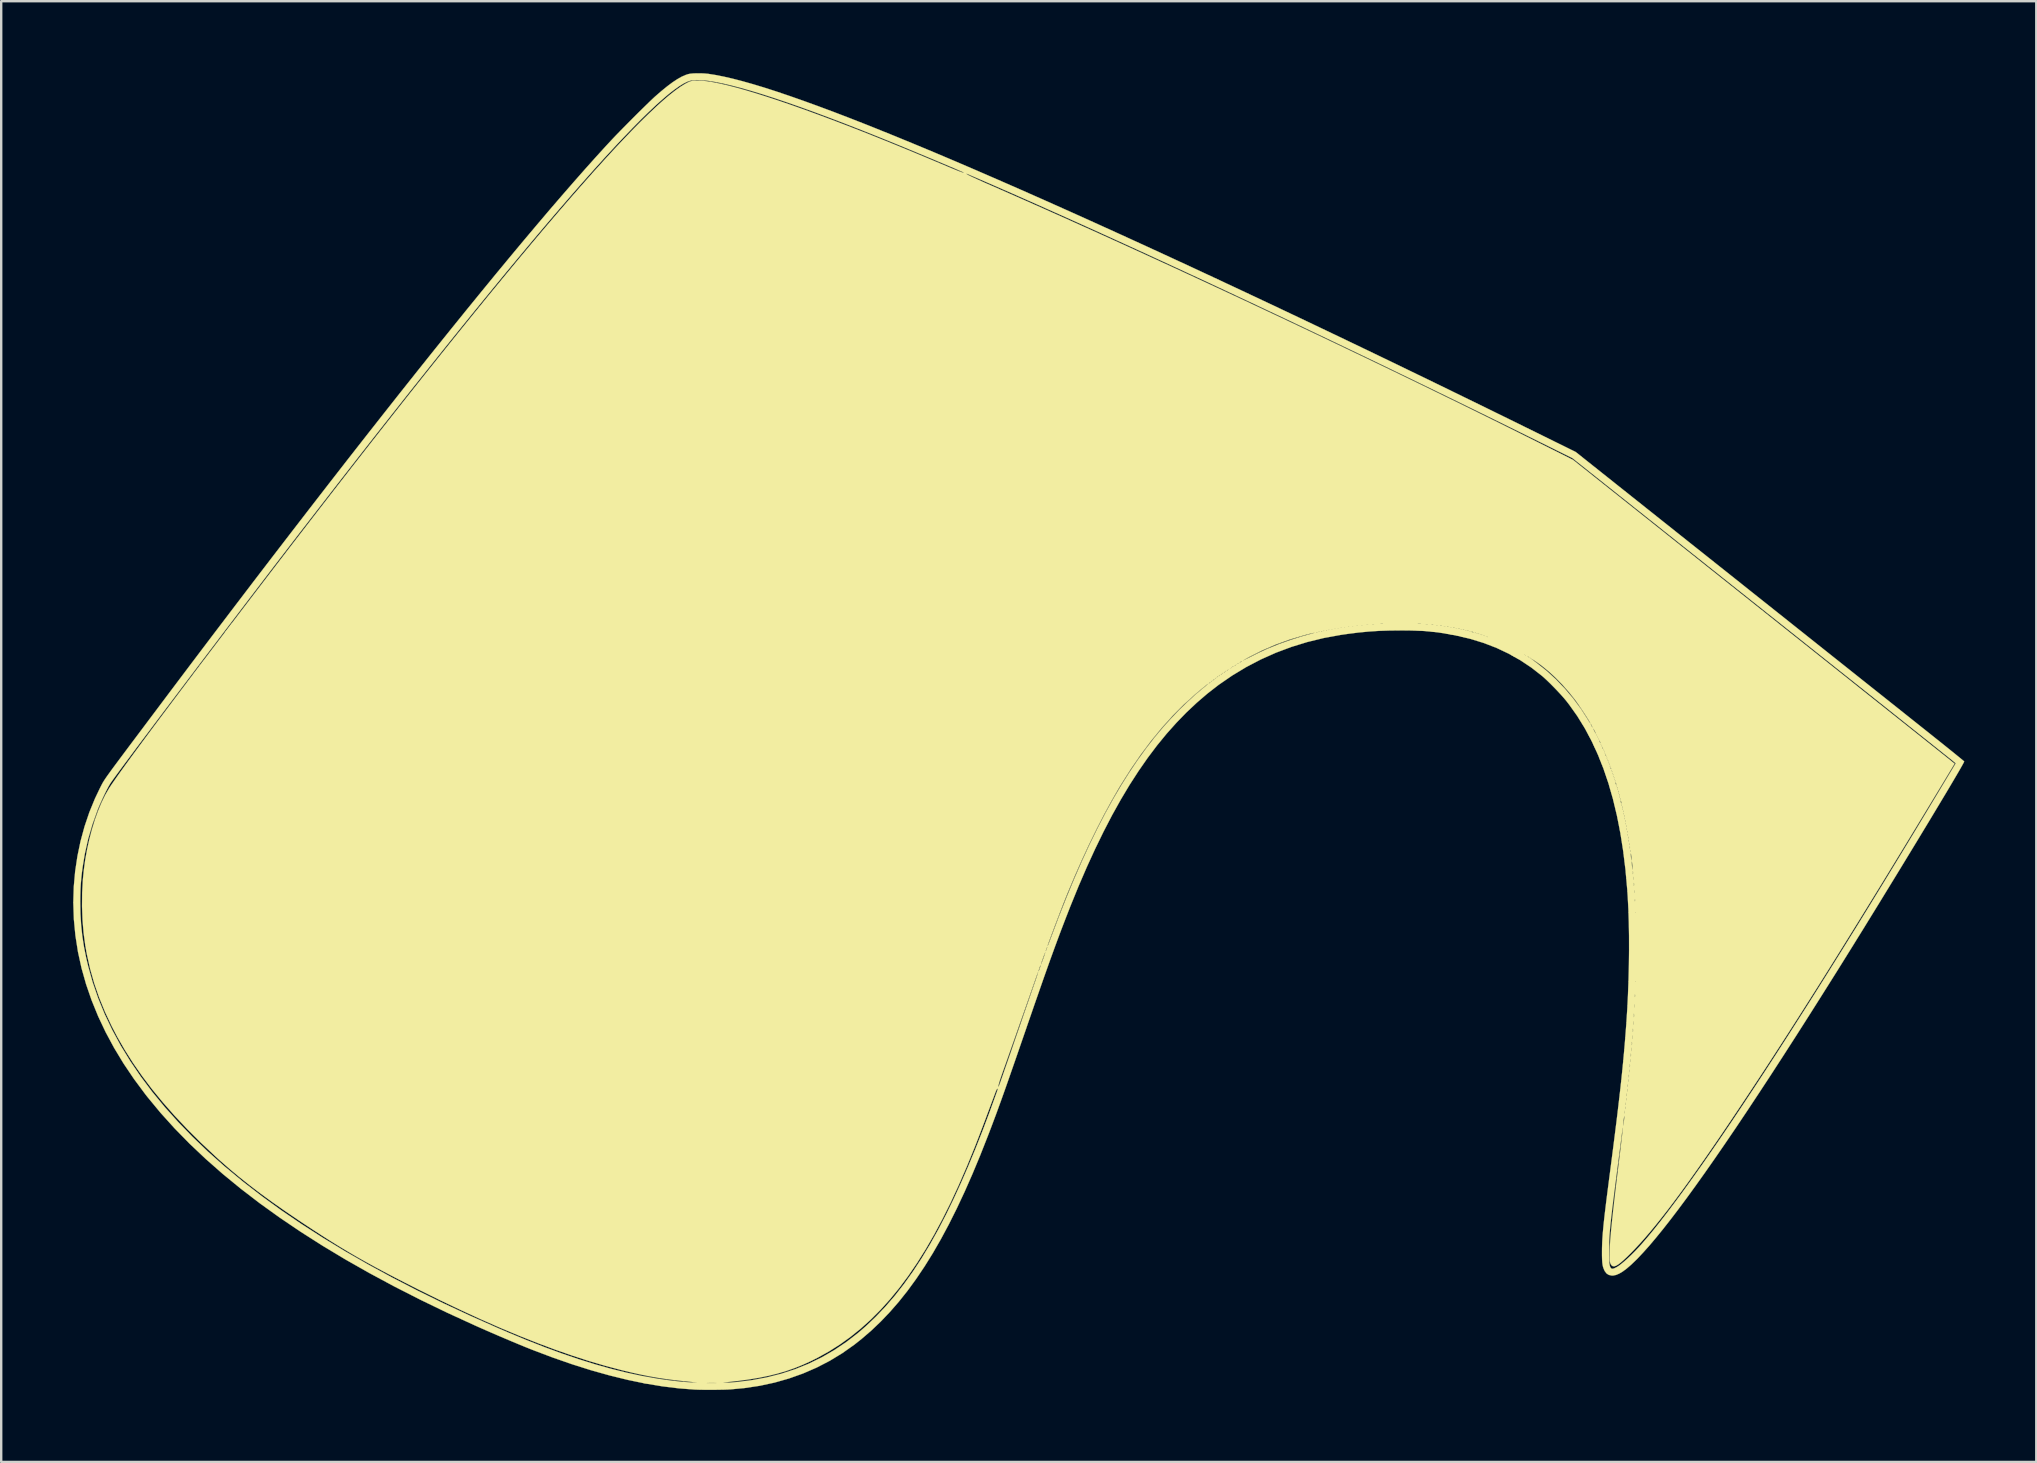
<source format=kicad_pcb>
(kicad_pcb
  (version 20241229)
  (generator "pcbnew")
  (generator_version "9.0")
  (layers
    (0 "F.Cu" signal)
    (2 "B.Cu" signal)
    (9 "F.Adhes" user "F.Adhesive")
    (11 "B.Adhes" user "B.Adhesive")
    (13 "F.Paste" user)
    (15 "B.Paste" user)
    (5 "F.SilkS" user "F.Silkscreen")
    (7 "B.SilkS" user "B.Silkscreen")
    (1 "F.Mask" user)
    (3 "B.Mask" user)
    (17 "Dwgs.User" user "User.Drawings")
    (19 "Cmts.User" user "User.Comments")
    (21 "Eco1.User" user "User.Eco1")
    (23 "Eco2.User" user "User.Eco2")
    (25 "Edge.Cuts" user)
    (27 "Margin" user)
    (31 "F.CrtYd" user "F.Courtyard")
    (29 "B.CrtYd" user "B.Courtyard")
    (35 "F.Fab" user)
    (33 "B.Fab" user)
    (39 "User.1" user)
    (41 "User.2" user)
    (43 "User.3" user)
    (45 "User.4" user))
  (footprint "drawing"
    (layer "F.Cu")
    (at 36.835 29.704)
    (property "Reference" "drawing" (at 0 0 0) (layer "F.SilkS") (effects (font (size 1.27 1.27) (thickness 0.15))))
    (attr through_hole)
    (fp_poly (pts (xy -10.696 -29.699) (xy -10.543 -29.693) (xy -10.402 -29.68) (xy -10.372 -29.677) (xy -10.064 -29.628) (xy -9.724 -29.561) (xy -9.351 -29.475) (xy -8.946 -29.37) (xy -8.507 -29.246) (xy -8.034 -29.103) (xy -7.528 -28.94) (xy -6.987 -28.757) (xy -6.411 -28.555) (xy -5.799 -28.333) (xy -5.152 -28.092) (xy -4.469 -27.83) (xy -3.75 -27.548) (xy -3.355 -27.39) (xy -2.6 -27.085) (xy -1.809 -26.76) (xy -0.983 -26.416) (xy -0.123 -26.052) (xy 0.77 -25.669) (xy 1.696 -25.267) (xy 2.653 -24.848) (xy 3.64 -24.411) (xy 4.657 -23.957) (xy 5.702 -23.486) (xy 6.775 -22.999) (xy 7.875 -22.496) (xy 9 -21.978) (xy 10.15 -21.445) (xy 11.324 -20.897) (xy 12.52 -20.335) (xy 13.739 -19.76) (xy 14.978 -19.171) (xy 16.237 -18.57) (xy 17.516 -17.956) (xy 18.812 -17.33) (xy 20.126 -16.693) (xy 21.456 -16.044) (xy 22.802 -15.385) (xy 24.162 -14.716) (xy 24.41 -14.594) (xy 25.781 -13.917) (xy 30.424 -10.223) (xy 30.828 -9.902) (xy 31.23 -9.583) (xy 31.628 -9.266) (xy 32.021 -8.954) (xy 32.407 -8.647) (xy 32.784 -8.347) (xy 33.15 -8.055) (xy 33.505 -7.773) (xy 33.845 -7.503) (xy 34.17 -7.244) (xy 34.477 -7) (xy 34.765 -6.771) (xy 35.031 -6.559) (xy 35.276 -6.365) (xy 35.495 -6.19) (xy 35.689 -6.036) (xy 35.854 -5.904) (xy 35.99 -5.796) (xy 36.092 -5.715) (xy 36.47 -5.414) (xy 36.82 -5.136) (xy 37.147 -4.876) (xy 37.456 -4.63) (xy 37.751 -4.395) (xy 38.038 -4.167) (xy 38.321 -3.942) (xy 38.606 -3.716) (xy 38.897 -3.484) (xy 39.199 -3.244) (xy 39.518 -2.99) (xy 39.857 -2.72) (xy 40.223 -2.429) (xy 40.309 -2.361) (xy 40.54 -2.177) (xy 40.761 -2) (xy 40.971 -1.833) (xy 41.167 -1.676) (xy 41.347 -1.531) (xy 41.509 -1.401) (xy 41.649 -1.287) (xy 41.767 -1.191) (xy 41.86 -1.115) (xy 41.925 -1.061) (xy 41.961 -1.03) (xy 41.967 -1.023) (xy 41.959 -0.999) (xy 41.929 -0.941) (xy 41.879 -0.85) (xy 41.81 -0.728) (xy 41.723 -0.577) (xy 41.618 -0.398) (xy 41.498 -0.194) (xy 41.363 0.034) (xy 41.214 0.285) (xy 41.051 0.556) (xy 40.877 0.846) (xy 40.692 1.154) (xy 40.498 1.477) (xy 40.294 1.813) (xy 40.083 2.162) (xy 39.865 2.521) (xy 39.641 2.889) (xy 39.413 3.264) (xy 39.181 3.644) (xy 38.946 4.028) (xy 38.71 4.413) (xy 38.474 4.799) (xy 38.238 5.183) (xy 38.003 5.564) (xy 37.772 5.94) (xy 37.543 6.309) (xy 37.32 6.67) (xy 37.102 7.02) (xy 36.891 7.359) (xy 36.688 7.684) (xy 36.682 7.694) (xy 36.087 8.64) (xy 35.511 9.551) (xy 34.954 10.425) (xy 34.415 11.263) (xy 33.895 12.065) (xy 33.393 12.83) (xy 32.91 13.559) (xy 32.446 14.252) (xy 32 14.908) (xy 31.574 15.527) (xy 31.166 16.11) (xy 30.777 16.656) (xy 30.408 17.165) (xy 30.057 17.637) (xy 29.726 18.072) (xy 29.414 18.47) (xy 29.121 18.83) (xy 28.848 19.154) (xy 28.593 19.439) (xy 28.359 19.688) (xy 28.288 19.759) (xy 28.088 19.951) (xy 27.906 20.108) (xy 27.743 20.23) (xy 27.596 20.318) (xy 27.463 20.375) (xy 27.343 20.4) (xy 27.273 20.4) (xy 27.156 20.374) (xy 27.063 20.314) (xy 26.99 20.218) (xy 26.979 20.196) (xy 26.945 20.121) (xy 26.918 20.043) (xy 26.899 19.956) (xy 26.886 19.853) (xy 26.878 19.727) (xy 26.874 19.572) (xy 26.874 19.399) (xy 26.875 19.266) (xy 26.879 19.13) (xy 26.884 18.989) (xy 26.893 18.84) (xy 26.904 18.68) (xy 26.919 18.506) (xy 26.937 18.315) (xy 26.959 18.104) (xy 26.985 17.869) (xy 27.016 17.608) (xy 27.051 17.318) (xy 27.092 16.995) (xy 27.138 16.638) (xy 27.189 16.242) (xy 27.2 16.161) (xy 27.274 15.588) (xy 27.343 15.054) (xy 27.406 14.555) (xy 27.458 14.139) (xy 27.754 14.139) (xy 27.757 14.153) (xy 27.764 14.129) (xy 27.774 14.074) (xy 27.782 14.023) (xy 27.794 13.928) (xy 27.804 13.84) (xy 27.808 13.774) (xy 27.809 13.758) (xy 27.806 13.745) (xy 27.798 13.769) (xy 27.788 13.824) (xy 27.78 13.875) (xy 27.768 13.97) (xy 27.759 14.058) (xy 27.754 14.124) (xy 27.754 14.139) (xy 27.458 14.139) (xy 27.465 14.089) (xy 27.518 13.652) (xy 27.526 13.589) (xy 27.819 13.589) (xy 27.82 13.635) (xy 27.825 13.647) (xy 27.828 13.637) (xy 27.831 13.575) (xy 27.828 13.541) (xy 27.823 13.531) (xy 27.819 13.558) (xy 27.819 13.589) (xy 27.526 13.589) (xy 27.547 13.409) (xy 27.84 13.409) (xy 27.841 13.453) (xy 27.846 13.464) (xy 27.849 13.457) (xy 27.853 13.406) (xy 27.849 13.372) (xy 27.844 13.361) (xy 27.84 13.386) (xy 27.84 13.409) (xy 27.547 13.409) (xy 27.567 13.241) (xy 27.567 13.24) (xy 27.861 13.24) (xy 27.862 13.283) (xy 27.867 13.295) (xy 27.87 13.288) (xy 27.874 13.237) (xy 27.87 13.203) (xy 27.865 13.191) (xy 27.861 13.217) (xy 27.861 13.24) (xy 27.567 13.24) (xy 27.589 13.049) (xy 27.882 13.049) (xy 27.884 13.093) (xy 27.888 13.104) (xy 27.891 13.097) (xy 27.895 13.046) (xy 27.891 13.012) (xy 27.886 13.001) (xy 27.882 13.026) (xy 27.882 13.049) (xy 27.589 13.049) (xy 27.61 12.869) (xy 27.903 12.869) (xy 27.905 12.915) (xy 27.909 12.928) (xy 27.913 12.917) (xy 27.916 12.855) (xy 27.913 12.822) (xy 27.907 12.812) (xy 27.904 12.838) (xy 27.903 12.869) (xy 27.61 12.869) (xy 27.612 12.853) (xy 27.632 12.679) (xy 27.925 12.679) (xy 27.926 12.725) (xy 27.93 12.737) (xy 27.934 12.726) (xy 27.937 12.665) (xy 27.934 12.631) (xy 27.929 12.621) (xy 27.925 12.648) (xy 27.925 12.679) (xy 27.632 12.679) (xy 27.653 12.488) (xy 27.946 12.488) (xy 27.947 12.534) (xy 27.952 12.547) (xy 27.955 12.536) (xy 27.958 12.474) (xy 27.955 12.441) (xy 27.95 12.431) (xy 27.946 12.457) (xy 27.946 12.488) (xy 27.653 12.488) (xy 27.653 12.485) (xy 27.676 12.277) (xy 27.967 12.277) (xy 27.969 12.322) (xy 27.973 12.335) (xy 27.976 12.324) (xy 27.98 12.263) (xy 27.976 12.229) (xy 27.971 12.219) (xy 27.968 12.246) (xy 27.967 12.277) (xy 27.676 12.277) (xy 27.691 12.134) (xy 27.696 12.086) (xy 27.988 12.086) (xy 27.99 12.132) (xy 27.994 12.145) (xy 27.997 12.134) (xy 28.001 12.072) (xy 27.997 12.039) (xy 27.992 12.029) (xy 27.989 12.055) (xy 27.988 12.086) (xy 27.696 12.086) (xy 27.718 11.874) (xy 28.009 11.874) (xy 28.011 11.92) (xy 28.015 11.933) (xy 28.018 11.922) (xy 28.022 11.86) (xy 28.018 11.827) (xy 28.013 11.817) (xy 28.01 11.843) (xy 28.009 11.874) (xy 27.718 11.874) (xy 27.726 11.796) (xy 27.74 11.652) (xy 28.031 11.652) (xy 28.032 11.702) (xy 28.036 11.721) (xy 28.04 11.711) (xy 28.043 11.653) (xy 28.04 11.605) (xy 28.035 11.59) (xy 28.032 11.613) (xy 28.031 11.652) (xy 27.74 11.652) (xy 27.758 11.468) (xy 27.76 11.441) (xy 28.052 11.441) (xy 28.053 11.491) (xy 28.057 11.509) (xy 28.061 11.499) (xy 28.065 11.441) (xy 28.061 11.393) (xy 28.056 11.379) (xy 28.053 11.401) (xy 28.052 11.441) (xy 27.76 11.441) (xy 27.782 11.208) (xy 28.073 11.208) (xy 28.074 11.258) (xy 28.078 11.276) (xy 28.082 11.266) (xy 28.086 11.208) (xy 28.082 11.16) (xy 28.077 11.146) (xy 28.074 11.169) (xy 28.073 11.208) (xy 27.782 11.208) (xy 27.788 11.148) (xy 27.803 10.975) (xy 28.095 10.975) (xy 28.096 11.031) (xy 28.099 11.056) (xy 28.103 11.044) (xy 28.107 10.98) (xy 28.104 10.917) (xy 28.099 10.9) (xy 28.096 10.92) (xy 28.095 10.974) (xy 28.095 10.975) (xy 27.803 10.975) (xy 27.815 10.831) (xy 27.824 10.732) (xy 28.116 10.732) (xy 28.117 10.784) (xy 28.12 10.803) (xy 28.124 10.79) (xy 28.128 10.721) (xy 28.124 10.673) (xy 28.12 10.66) (xy 28.117 10.684) (xy 28.116 10.732) (xy 27.824 10.732) (xy 27.841 10.515) (xy 27.845 10.467) (xy 28.137 10.467) (xy 28.138 10.523) (xy 28.141 10.548) (xy 28.146 10.536) (xy 28.149 10.472) (xy 28.146 10.409) (xy 28.142 10.392) (xy 28.138 10.412) (xy 28.137 10.466) (xy 28.137 10.467) (xy 27.845 10.467) (xy 27.866 10.197) (xy 27.867 10.181) (xy 28.158 10.181) (xy 28.159 10.233) (xy 28.163 10.253) (xy 28.167 10.239) (xy 28.17 10.171) (xy 28.167 10.123) (xy 28.162 10.11) (xy 28.159 10.134) (xy 28.158 10.181) (xy 27.867 10.181) (xy 27.887 9.917) (xy 27.89 9.874) (xy 28.179 9.874) (xy 28.18 9.93) (xy 28.184 9.955) (xy 28.188 9.943) (xy 28.192 9.879) (xy 28.188 9.816) (xy 28.184 9.799) (xy 28.181 9.819) (xy 28.179 9.873) (xy 28.179 9.874) (xy 27.89 9.874) (xy 27.91 9.557) (xy 28.201 9.557) (xy 28.202 9.613) (xy 28.205 9.638) (xy 28.209 9.626) (xy 28.213 9.562) (xy 28.209 9.499) (xy 28.205 9.481) (xy 28.202 9.502) (xy 28.201 9.556) (xy 28.201 9.557) (xy 27.91 9.557) (xy 27.926 9.311) (xy 27.934 9.165) (xy 28.222 9.165) (xy 28.223 9.217) (xy 28.226 9.237) (xy 28.23 9.223) (xy 28.234 9.155) (xy 28.23 9.107) (xy 28.226 9.094) (xy 28.223 9.118) (xy 28.222 9.165) (xy 27.934 9.165) (xy 27.955 8.742) (xy 28.242 8.742) (xy 28.244 8.788) (xy 28.248 8.8) (xy 28.251 8.789) (xy 28.255 8.728) (xy 28.251 8.694) (xy 28.246 8.684) (xy 28.243 8.711) (xy 28.242 8.742) (xy 27.955 8.742) (xy 27.957 8.695) (xy 27.977 8.16) (xy 28.258 8.16) (xy 28.268 8.17) (xy 28.279 8.16) (xy 28.268 8.149) (xy 28.258 8.16) (xy 27.977 8.16) (xy 27.98 8.076) (xy 27.995 7.458) (xy 28.002 6.847) (xy 28.001 6.251) (xy 27.991 5.675) (xy 27.978 5.281) (xy 28.258 5.281) (xy 28.268 5.292) (xy 28.279 5.281) (xy 28.268 5.271) (xy 28.258 5.281) (xy 27.978 5.281) (xy 27.973 5.125) (xy 27.954 4.763) (xy 28.241 4.763) (xy 28.243 4.801) (xy 28.249 4.806) (xy 28.251 4.8) (xy 28.254 4.746) (xy 28.251 4.725) (xy 28.245 4.719) (xy 28.241 4.748) (xy 28.241 4.763) (xy 27.954 4.763) (xy 27.946 4.607) (xy 27.932 4.403) (xy 28.221 4.403) (xy 28.223 4.448) (xy 28.227 4.461) (xy 28.23 4.45) (xy 28.234 4.389) (xy 28.23 4.355) (xy 28.225 4.345) (xy 28.222 4.372) (xy 28.221 4.403) (xy 27.932 4.403) (xy 27.928 4.339) (xy 27.907 4.096) (xy 28.2 4.096) (xy 28.201 4.146) (xy 28.205 4.164) (xy 28.209 4.154) (xy 28.213 4.096) (xy 28.209 4.048) (xy 28.204 4.034) (xy 28.201 4.057) (xy 28.2 4.096) (xy 27.907 4.096) (xy 27.884 3.842) (xy 28.179 3.842) (xy 28.18 3.892) (xy 28.184 3.91) (xy 28.188 3.9) (xy 28.192 3.842) (xy 28.188 3.794) (xy 28.183 3.78) (xy 28.18 3.803) (xy 28.179 3.842) (xy 27.884 3.842) (xy 27.863 3.609) (xy 28.158 3.609) (xy 28.159 3.659) (xy 28.163 3.677) (xy 28.167 3.667) (xy 28.17 3.609) (xy 28.167 3.562) (xy 28.162 3.547) (xy 28.159 3.57) (xy 28.158 3.609) (xy 27.863 3.609) (xy 27.855 3.51) (xy 27.812 3.164) (xy 28.113 3.164) (xy 28.114 3.22) (xy 28.119 3.297) (xy 28.121 3.322) (xy 28.129 3.4) (xy 28.137 3.456) (xy 28.144 3.483) (xy 28.146 3.484) (xy 28.149 3.46) (xy 28.148 3.404) (xy 28.143 3.327) (xy 28.141 3.302) (xy 28.133 3.224) (xy 28.125 3.168) (xy 28.118 3.141) (xy 28.116 3.14) (xy 28.113 3.164) (xy 27.812 3.164) (xy 27.771 2.826) (xy 28.071 2.826) (xy 28.073 2.881) (xy 28.078 2.955) (xy 28.079 2.962) (xy 28.087 3.034) (xy 28.096 3.084) (xy 28.103 3.103) (xy 28.104 3.103) (xy 28.107 3.078) (xy 28.105 3.023) (xy 28.099 2.949) (xy 28.099 2.942) (xy 28.09 2.87) (xy 28.082 2.82) (xy 28.075 2.801) (xy 28.074 2.801) (xy 28.071 2.826) (xy 27.771 2.826) (xy 27.758 2.717) (xy 27.757 2.709) (xy 28.051 2.709) (xy 28.053 2.748) (xy 28.058 2.752) (xy 28.06 2.746) (xy 28.064 2.693) (xy 28.06 2.672) (xy 28.054 2.666) (xy 28.051 2.695) (xy 28.051 2.709) (xy 27.757 2.709) (xy 27.734 2.561) (xy 28.03 2.561) (xy 28.032 2.6) (xy 28.037 2.604) (xy 28.039 2.598) (xy 28.043 2.545) (xy 28.039 2.524) (xy 28.033 2.518) (xy 28.03 2.547) (xy 28.03 2.561) (xy 27.734 2.561) (xy 27.712 2.424) (xy 28.008 2.424) (xy 28.01 2.46) (xy 28.017 2.463) (xy 28.017 2.461) (xy 28.022 2.419) (xy 28.018 2.398) (xy 28.011 2.389) (xy 28.008 2.417) (xy 28.008 2.424) (xy 27.712 2.424) (xy 27.689 2.275) (xy 27.986 2.275) (xy 27.989 2.312) (xy 27.995 2.315) (xy 27.996 2.313) (xy 28 2.271) (xy 27.997 2.249) (xy 27.99 2.241) (xy 27.987 2.269) (xy 27.986 2.275) (xy 27.689 2.275) (xy 27.669 2.148) (xy 27.965 2.148) (xy 27.968 2.185) (xy 27.974 2.188) (xy 27.975 2.186) (xy 27.979 2.144) (xy 27.976 2.122) (xy 27.969 2.114) (xy 27.965 2.142) (xy 27.965 2.148) (xy 27.669 2.148) (xy 27.65 2.032) (xy 27.943 2.032) (xy 27.947 2.062) (xy 27.954 2.058) (xy 27.957 2.015) (xy 27.954 2.006) (xy 27.946 2.003) (xy 27.943 2.032) (xy 27.65 2.032) (xy 27.639 1.959) (xy 27.628 1.905) (xy 27.922 1.905) (xy 27.926 1.935) (xy 27.933 1.931) (xy 27.936 1.888) (xy 27.933 1.879) (xy 27.925 1.876) (xy 27.922 1.905) (xy 27.628 1.905) (xy 27.607 1.799) (xy 27.901 1.799) (xy 27.904 1.829) (xy 27.912 1.826) (xy 27.914 1.782) (xy 27.912 1.773) (xy 27.904 1.77) (xy 27.901 1.799) (xy 27.607 1.799) (xy 27.583 1.672) (xy 27.88 1.672) (xy 27.883 1.702) (xy 27.891 1.699) (xy 27.893 1.655) (xy 27.891 1.646) (xy 27.883 1.643) (xy 27.88 1.672) (xy 27.583 1.672) (xy 27.562 1.566) (xy 27.859 1.566) (xy 27.862 1.596) (xy 27.869 1.593) (xy 27.872 1.549) (xy 27.869 1.54) (xy 27.862 1.537) (xy 27.859 1.566) (xy 27.562 1.566) (xy 27.541 1.46) (xy 27.838 1.46) (xy 27.841 1.491) (xy 27.848 1.487) (xy 27.851 1.444) (xy 27.848 1.434) (xy 27.84 1.431) (xy 27.838 1.46) (xy 27.541 1.46) (xy 27.52 1.355) (xy 27.816 1.355) (xy 27.82 1.385) (xy 27.827 1.381) (xy 27.83 1.338) (xy 27.827 1.328) (xy 27.819 1.326) (xy 27.816 1.355) (xy 27.52 1.355) (xy 27.499 1.249) (xy 27.795 1.249) (xy 27.799 1.279) (xy 27.806 1.275) (xy 27.809 1.232) (xy 27.806 1.222) (xy 27.798 1.22) (xy 27.795 1.249) (xy 27.499 1.249) (xy 27.496 1.234) (xy 27.477 1.152) (xy 27.772 1.152) (xy 27.776 1.179) (xy 27.783 1.18) (xy 27.789 1.151) (xy 27.785 1.139) (xy 27.776 1.131) (xy 27.772 1.152) (xy 27.477 1.152) (xy 27.454 1.058) (xy 27.753 1.058) (xy 27.756 1.088) (xy 27.764 1.085) (xy 27.766 1.041) (xy 27.764 1.032) (xy 27.756 1.029) (xy 27.753 1.058) (xy 27.454 1.058) (xy 27.431 0.961) (xy 27.73 0.961) (xy 27.734 0.989) (xy 27.741 0.989) (xy 27.746 0.961) (xy 27.743 0.949) (xy 27.733 0.941) (xy 27.73 0.961) (xy 27.431 0.961) (xy 27.411 0.877) (xy 27.709 0.877) (xy 27.713 0.904) (xy 27.72 0.904) (xy 27.725 0.876) (xy 27.722 0.864) (xy 27.712 0.856) (xy 27.709 0.877) (xy 27.411 0.877) (xy 27.39 0.792) (xy 27.688 0.792) (xy 27.692 0.819) (xy 27.699 0.82) (xy 27.704 0.791) (xy 27.7 0.779) (xy 27.691 0.771) (xy 27.688 0.792) (xy 27.39 0.792) (xy 27.35 0.623) (xy 27.65 0.623) (xy 27.656 0.671) (xy 27.657 0.675) (xy 27.669 0.718) (xy 27.679 0.733) (xy 27.68 0.732) (xy 27.683 0.707) (xy 27.676 0.659) (xy 27.675 0.656) (xy 27.663 0.613) (xy 27.653 0.598) (xy 27.652 0.598) (xy 27.65 0.623) (xy 27.35 0.623) (xy 27.331 0.544) (xy 27.329 0.538) (xy 27.624 0.538) (xy 27.628 0.565) (xy 27.635 0.566) (xy 27.64 0.537) (xy 27.637 0.525) (xy 27.628 0.517) (xy 27.624 0.538) (xy 27.329 0.538) (xy 27.305 0.453) (xy 27.603 0.453) (xy 27.607 0.481) (xy 27.614 0.481) (xy 27.619 0.453) (xy 27.616 0.441) (xy 27.606 0.433) (xy 27.603 0.453) (xy 27.305 0.453) (xy 27.281 0.369) (xy 27.582 0.369) (xy 27.586 0.396) (xy 27.593 0.396) (xy 27.598 0.368) (xy 27.595 0.356) (xy 27.585 0.348) (xy 27.582 0.369) (xy 27.281 0.369) (xy 27.26 0.296) (xy 27.559 0.296) (xy 27.567 0.314) (xy 27.573 0.31) (xy 27.576 0.285) (xy 27.573 0.282) (xy 27.561 0.285) (xy 27.559 0.296) (xy 27.26 0.296) (xy 27.238 0.22) (xy 27.54 0.22) (xy 27.543 0.248) (xy 27.551 0.248) (xy 27.556 0.22) (xy 27.552 0.208) (xy 27.543 0.2) (xy 27.54 0.22) (xy 27.238 0.22) (xy 27.217 0.148) (xy 27.517 0.148) (xy 27.524 0.166) (xy 27.531 0.162) (xy 27.533 0.137) (xy 27.531 0.134) (xy 27.518 0.137) (xy 27.517 0.148) (xy 27.217 0.148) (xy 27.195 0.072) (xy 27.497 0.072) (xy 27.501 0.1) (xy 27.508 0.1) (xy 27.513 0.072) (xy 27.51 0.06) (xy 27.501 0.052) (xy 27.497 0.072) (xy 27.195 0.072) (xy 27.175 0) (xy 27.474 0) (xy 27.482 0.017) (xy 27.488 0.014) (xy 27.491 -0.011) (xy 27.488 -0.014) (xy 27.476 -0.011) (xy 27.474 0) (xy 27.175 0) (xy 27.142 -0.114) (xy 27.134 -0.137) (xy 27.437 -0.137) (xy 27.444 -0.097) (xy 27.457 -0.059) (xy 27.467 -0.049) (xy 27.469 -0.074) (xy 27.462 -0.115) (xy 27.449 -0.153) (xy 27.439 -0.162) (xy 27.437 -0.137) (xy 27.134 -0.137) (xy 27.109 -0.212) (xy 27.411 -0.212) (xy 27.419 -0.194) (xy 27.425 -0.198) (xy 27.427 -0.223) (xy 27.425 -0.226) (xy 27.412 -0.223) (xy 27.411 -0.212) (xy 27.109 -0.212) (xy 27.087 -0.275) (xy 27.39 -0.275) (xy 27.397 -0.258) (xy 27.404 -0.261) (xy 27.406 -0.286) (xy 27.404 -0.289) (xy 27.391 -0.286) (xy 27.39 -0.275) (xy 27.087 -0.275) (xy 27.065 -0.339) (xy 27.369 -0.339) (xy 27.376 -0.321) (xy 27.383 -0.325) (xy 27.385 -0.35) (xy 27.383 -0.353) (xy 27.37 -0.35) (xy 27.369 -0.339) (xy 27.065 -0.339) (xy 27.044 -0.402) (xy 27.347 -0.402) (xy 27.355 -0.385) (xy 27.361 -0.388) (xy 27.364 -0.413) (xy 27.361 -0.416) (xy 27.349 -0.413) (xy 27.347 -0.402) (xy 27.044 -0.402) (xy 27.022 -0.466) (xy 27.326 -0.466) (xy 27.334 -0.448) (xy 27.34 -0.452) (xy 27.343 -0.477) (xy 27.34 -0.48) (xy 27.328 -0.477) (xy 27.326 -0.466) (xy 27.022 -0.466) (xy 27.001 -0.529) (xy 27.305 -0.529) (xy 27.313 -0.512) (xy 27.319 -0.515) (xy 27.322 -0.54) (xy 27.319 -0.543) (xy 27.307 -0.54) (xy 27.305 -0.529) (xy 27.001 -0.529) (xy 26.979 -0.593) (xy 27.284 -0.593) (xy 27.292 -0.575) (xy 27.298 -0.579) (xy 27.3 -0.604) (xy 27.298 -0.607) (xy 27.285 -0.604) (xy 27.284 -0.593) (xy 26.979 -0.593) (xy 26.957 -0.656) (xy 27.263 -0.656) (xy 27.27 -0.639) (xy 27.277 -0.642) (xy 27.279 -0.667) (xy 27.277 -0.67) (xy 27.264 -0.667) (xy 27.263 -0.656) (xy 26.957 -0.656) (xy 26.93 -0.738) (xy 26.917 -0.769) (xy 27.222 -0.769) (xy 27.234 -0.731) (xy 27.249 -0.707) (xy 27.257 -0.707) (xy 27.255 -0.73) (xy 27.244 -0.755) (xy 27.225 -0.78) (xy 27.222 -0.769) (xy 26.917 -0.769) (xy 26.895 -0.826) (xy 27.199 -0.826) (xy 27.207 -0.808) (xy 27.213 -0.811) (xy 27.216 -0.837) (xy 27.213 -0.84) (xy 27.201 -0.837) (xy 27.199 -0.826) (xy 26.895 -0.826) (xy 26.869 -0.889) (xy 27.178 -0.889) (xy 27.186 -0.872) (xy 27.192 -0.875) (xy 27.195 -0.9) (xy 27.192 -0.903) (xy 27.18 -0.9) (xy 27.178 -0.889) (xy 26.869 -0.889) (xy 26.848 -0.942) (xy 27.157 -0.942) (xy 27.167 -0.931) (xy 27.178 -0.942) (xy 27.167 -0.953) (xy 27.157 -0.942) (xy 26.848 -0.942) (xy 26.827 -0.995) (xy 27.136 -0.995) (xy 27.143 -0.977) (xy 27.15 -0.981) (xy 27.152 -1.006) (xy 27.15 -1.009) (xy 27.137 -1.006) (xy 27.136 -0.995) (xy 26.827 -0.995) (xy 26.802 -1.058) (xy 27.114 -1.058) (xy 27.122 -1.041) (xy 27.129 -1.044) (xy 27.131 -1.069) (xy 27.129 -1.072) (xy 27.116 -1.07) (xy 27.114 -1.058) (xy 26.802 -1.058) (xy 26.781 -1.111) (xy 27.093 -1.111) (xy 27.104 -1.101) (xy 27.114 -1.111) (xy 27.104 -1.122) (xy 27.093 -1.111) (xy 26.781 -1.111) (xy 26.76 -1.164) (xy 27.072 -1.164) (xy 27.08 -1.147) (xy 27.086 -1.15) (xy 27.089 -1.175) (xy 27.086 -1.178) (xy 27.074 -1.175) (xy 27.072 -1.164) (xy 26.76 -1.164) (xy 26.739 -1.217) (xy 27.051 -1.217) (xy 27.062 -1.206) (xy 27.072 -1.217) (xy 27.062 -1.228) (xy 27.051 -1.217) (xy 26.739 -1.217) (xy 26.698 -1.319) (xy 27.01 -1.319) (xy 27.022 -1.281) (xy 27.038 -1.257) (xy 27.045 -1.257) (xy 27.044 -1.281) (xy 27.032 -1.305) (xy 27.014 -1.33) (xy 27.01 -1.319) (xy 26.698 -1.319) (xy 26.693 -1.33) (xy 26.677 -1.365) (xy 26.988 -1.365) (xy 26.998 -1.355) (xy 27.009 -1.365) (xy 26.998 -1.376) (xy 26.988 -1.365) (xy 26.677 -1.365) (xy 26.653 -1.418) (xy 26.966 -1.418) (xy 26.974 -1.401) (xy 26.98 -1.404) (xy 26.983 -1.429) (xy 26.98 -1.432) (xy 26.968 -1.429) (xy 26.966 -1.418) (xy 26.653 -1.418) (xy 26.628 -1.471) (xy 26.945 -1.471) (xy 26.956 -1.46) (xy 26.966 -1.471) (xy 26.956 -1.482) (xy 26.945 -1.471) (xy 26.628 -1.471) (xy 26.609 -1.513) (xy 26.924 -1.513) (xy 26.935 -1.503) (xy 26.945 -1.513) (xy 26.935 -1.524) (xy 26.924 -1.513) (xy 26.609 -1.513) (xy 26.561 -1.616) (xy 26.883 -1.616) (xy 26.895 -1.578) (xy 26.911 -1.553) (xy 26.918 -1.553) (xy 26.917 -1.577) (xy 26.905 -1.602) (xy 26.887 -1.627) (xy 26.883 -1.616) (xy 26.561 -1.616) (xy 26.54 -1.662) (xy 26.86 -1.662) (xy 26.871 -1.651) (xy 26.882 -1.662) (xy 26.871 -1.672) (xy 26.86 -1.662) (xy 26.54 -1.662) (xy 26.52 -1.704) (xy 26.839 -1.704) (xy 26.85 -1.693) (xy 26.86 -1.704) (xy 26.85 -1.714) (xy 26.839 -1.704) (xy 26.52 -1.704) (xy 26.501 -1.746) (xy 26.818 -1.746) (xy 26.829 -1.736) (xy 26.839 -1.746) (xy 26.829 -1.757) (xy 26.818 -1.746) (xy 26.501 -1.746) (xy 26.433 -1.891) (xy 26.428 -1.901) (xy 26.756 -1.901) (xy 26.762 -1.871) (xy 26.78 -1.831) (xy 26.799 -1.798) (xy 26.812 -1.786) (xy 26.813 -1.787) (xy 26.81 -1.809) (xy 26.791 -1.852) (xy 26.789 -1.856) (xy 26.767 -1.892) (xy 26.756 -1.902) (xy 26.756 -1.901) (xy 26.428 -1.901) (xy 26.409 -1.937) (xy 26.733 -1.937) (xy 26.744 -1.926) (xy 26.755 -1.937) (xy 26.744 -1.947) (xy 26.733 -1.937) (xy 26.409 -1.937) (xy 26.386 -1.979) (xy 26.712 -1.979) (xy 26.723 -1.968) (xy 26.733 -1.979) (xy 26.723 -1.99) (xy 26.712 -1.979) (xy 26.386 -1.979) (xy 26.363 -2.021) (xy 26.691 -2.021) (xy 26.702 -2.011) (xy 26.712 -2.021) (xy 26.702 -2.032) (xy 26.691 -2.021) (xy 26.363 -2.021) (xy 26.341 -2.064) (xy 26.67 -2.064) (xy 26.681 -2.053) (xy 26.691 -2.064) (xy 26.681 -2.074) (xy 26.67 -2.064) (xy 26.341 -2.064) (xy 26.318 -2.106) (xy 26.649 -2.106) (xy 26.659 -2.095) (xy 26.67 -2.106) (xy 26.659 -2.117) (xy 26.649 -2.106) (xy 26.318 -2.106) (xy 26.295 -2.148) (xy 26.628 -2.148) (xy 26.638 -2.138) (xy 26.649 -2.148) (xy 26.638 -2.159) (xy 26.628 -2.148) (xy 26.295 -2.148) (xy 26.165 -2.392) (xy 26.511 -2.392) (xy 26.513 -2.375) (xy 26.532 -2.331) (xy 26.554 -2.286) (xy 26.585 -2.228) (xy 26.608 -2.19) (xy 26.618 -2.18) (xy 26.615 -2.197) (xy 26.597 -2.241) (xy 26.575 -2.286) (xy 26.544 -2.344) (xy 26.52 -2.382) (xy 26.511 -2.392) (xy 26.165 -2.392) (xy 26.149 -2.421) (xy 26.147 -2.424) (xy 26.48 -2.424) (xy 26.49 -2.413) (xy 26.501 -2.424) (xy 26.49 -2.434) (xy 26.48 -2.424) (xy 26.147 -2.424) (xy 26.049 -2.582) (xy 26.404 -2.582) (xy 26.406 -2.566) (xy 26.423 -2.526) (xy 26.427 -2.519) (xy 26.452 -2.476) (xy 26.469 -2.456) (xy 26.47 -2.455) (xy 26.469 -2.472) (xy 26.451 -2.512) (xy 26.448 -2.519) (xy 26.423 -2.562) (xy 26.405 -2.582) (xy 26.404 -2.582) (xy 26.049 -2.582) (xy 25.841 -2.919) (xy 25.508 -3.388) (xy 25.384 -3.548) (xy 25.283 -3.669) (xy 25.159 -3.808) (xy 25.019 -3.959) (xy 24.87 -4.114) (xy 24.721 -4.265) (xy 24.578 -4.403) (xy 24.45 -4.522) (xy 24.373 -4.589) (xy 23.935 -4.931) (xy 23.475 -5.238) (xy 23.341 -5.314) (xy 23.913 -5.314) (xy 23.934 -5.294) (xy 23.99 -5.25) (xy 24.08 -5.182) (xy 24.154 -5.128) (xy 24.559 -4.807) (xy 24.95 -4.451) (xy 25.322 -4.064) (xy 25.67 -3.652) (xy 25.99 -3.221) (xy 26.262 -2.799) (xy 26.312 -2.717) (xy 26.352 -2.655) (xy 26.38 -2.615) (xy 26.393 -2.602) (xy 26.389 -2.616) (xy 26.365 -2.661) (xy 26.341 -2.704) (xy 26.292 -2.785) (xy 26.225 -2.892) (xy 26.144 -3.017) (xy 26.057 -3.149) (xy 25.967 -3.282) (xy 25.883 -3.406) (xy 25.808 -3.512) (xy 25.753 -3.588) (xy 25.491 -3.916) (xy 25.215 -4.228) (xy 24.93 -4.519) (xy 24.641 -4.784) (xy 24.354 -5.017) (xy 24.172 -5.148) (xy 24.056 -5.226) (xy 23.974 -5.28) (xy 23.926 -5.309) (xy 23.913 -5.314) (xy 23.341 -5.314) (xy 23.279 -5.349) (xy 23.858 -5.349) (xy 23.863 -5.337) (xy 23.885 -5.315) (xy 23.897 -5.319) (xy 23.897 -5.322) (xy 23.882 -5.34) (xy 23.873 -5.347) (xy 23.858 -5.349) (xy 23.279 -5.349) (xy 23.204 -5.391) (xy 23.795 -5.391) (xy 23.8 -5.38) (xy 23.821 -5.357) (xy 23.833 -5.362) (xy 23.834 -5.365) (xy 23.819 -5.382) (xy 23.809 -5.389) (xy 23.795 -5.391) (xy 23.204 -5.391) (xy 23.175 -5.408) (xy 23.749 -5.408) (xy 23.76 -5.397) (xy 23.77 -5.408) (xy 23.76 -5.419) (xy 23.749 -5.408) (xy 23.175 -5.408) (xy 23.1 -5.45) (xy 23.686 -5.45) (xy 23.696 -5.44) (xy 23.707 -5.45) (xy 23.696 -5.461) (xy 23.686 -5.45) (xy 23.1 -5.45) (xy 23.062 -5.472) (xy 23.643 -5.472) (xy 23.654 -5.461) (xy 23.664 -5.472) (xy 23.654 -5.482) (xy 23.643 -5.472) (xy 23.062 -5.472) (xy 22.992 -5.511) (xy 22.485 -5.751) (xy 21.953 -5.957) (xy 21.396 -6.129) (xy 21.05 -6.212) (xy 22.098 -6.212) (xy 22.109 -6.202) (xy 22.119 -6.212) (xy 22.109 -6.223) (xy 22.098 -6.212) (xy 21.05 -6.212) (xy 20.962 -6.234) (xy 22.035 -6.234) (xy 22.045 -6.223) (xy 22.056 -6.234) (xy 22.045 -6.244) (xy 22.035 -6.234) (xy 20.962 -6.234) (xy 20.873 -6.255) (xy 21.971 -6.255) (xy 21.982 -6.244) (xy 21.992 -6.255) (xy 21.982 -6.265) (xy 21.971 -6.255) (xy 20.873 -6.255) (xy 20.813 -6.269) (xy 20.756 -6.279) (xy 21.915 -6.279) (xy 21.917 -6.267) (xy 21.929 -6.265) (xy 21.946 -6.273) (xy 21.943 -6.279) (xy 21.918 -6.282) (xy 21.915 -6.279) (xy 20.756 -6.279) (xy 20.637 -6.301) (xy 21.851 -6.301) (xy 21.854 -6.288) (xy 21.865 -6.287) (xy 21.883 -6.294) (xy 21.879 -6.301) (xy 21.854 -6.303) (xy 21.851 -6.301) (xy 20.637 -6.301) (xy 20.518 -6.322) (xy 21.788 -6.322) (xy 21.79 -6.309) (xy 21.802 -6.308) (xy 21.819 -6.315) (xy 21.816 -6.322) (xy 21.791 -6.324) (xy 21.788 -6.322) (xy 20.518 -6.322) (xy 20.4 -6.343) (xy 21.724 -6.343) (xy 21.727 -6.33) (xy 21.738 -6.329) (xy 21.756 -6.337) (xy 21.752 -6.343) (xy 21.727 -6.345) (xy 21.724 -6.343) (xy 20.4 -6.343) (xy 20.332 -6.355) (xy 21.642 -6.355) (xy 21.662 -6.352) (xy 21.69 -6.356) (xy 21.69 -6.363) (xy 21.662 -6.368) (xy 21.65 -6.364) (xy 21.642 -6.355) (xy 20.332 -6.355) (xy 20.256 -6.368) (xy 20.139 -6.385) (xy 21.576 -6.385) (xy 21.579 -6.373) (xy 21.59 -6.371) (xy 21.607 -6.379) (xy 21.604 -6.385) (xy 21.579 -6.388) (xy 21.576 -6.385) (xy 20.139 -6.385) (xy 20.023 -6.402) (xy 19.822 -6.426) (xy 21.43 -6.426) (xy 21.452 -6.413) (xy 21.502 -6.398) (xy 21.526 -6.395) (xy 21.538 -6.401) (xy 21.516 -6.413) (xy 21.467 -6.429) (xy 21.442 -6.432) (xy 21.43 -6.426) (xy 19.822 -6.426) (xy 19.803 -6.429) (xy 19.688 -6.44) (xy 21.345 -6.44) (xy 21.366 -6.436) (xy 21.393 -6.44) (xy 21.394 -6.447) (xy 21.365 -6.453) (xy 21.353 -6.449) (xy 21.345 -6.44) (xy 19.688 -6.44) (xy 19.589 -6.449) (xy 19.427 -6.461) (xy 21.261 -6.461) (xy 21.281 -6.458) (xy 21.309 -6.461) (xy 21.309 -6.469) (xy 21.281 -6.474) (xy 21.269 -6.47) (xy 21.261 -6.461) (xy 19.427 -6.461) (xy 19.371 -6.465) (xy 19.14 -6.476) (xy 18.888 -6.482) (xy 18.884 -6.482) (xy 21.176 -6.482) (xy 21.197 -6.479) (xy 21.224 -6.483) (xy 21.224 -6.49) (xy 21.196 -6.495) (xy 21.184 -6.491) (xy 21.176 -6.482) (xy 18.884 -6.482) (xy 18.606 -6.485) (xy 18.489 -6.485) (xy 18.021 -6.48) (xy 17.581 -6.464) (xy 17.154 -6.436) (xy 16.727 -6.395) (xy 16.285 -6.339) (xy 15.981 -6.295) (xy 15.28 -6.167) (xy 14.596 -6) (xy 13.932 -5.796) (xy 13.285 -5.554) (xy 12.658 -5.274) (xy 12.051 -4.957) (xy 11.464 -4.603) (xy 10.897 -4.213) (xy 10.427 -3.848) (xy 9.986 -3.469) (xy 9.556 -3.065) (xy 9.138 -2.634) (xy 8.729 -2.176) (xy 8.331 -1.69) (xy 7.942 -1.173) (xy 7.561 -0.625) (xy 7.187 -0.046) (xy 6.82 0.568) (xy 6.459 1.215) (xy 6.104 1.899) (xy 5.753 2.619) (xy 5.405 3.378) (xy 5.061 4.175) (xy 4.719 5.014) (xy 4.522 5.518) (xy 4.431 5.755) (xy 4.342 5.987) (xy 4.255 6.218) (xy 4.169 6.45) (xy 4.081 6.687) (xy 3.992 6.932) (xy 3.899 7.188) (xy 3.802 7.458) (xy 3.7 7.746) (xy 3.591 8.054) (xy 3.475 8.386) (xy 3.35 8.745) (xy 3.214 9.134) (xy 3.068 9.557) (xy 2.909 10.016) (xy 2.893 10.065) (xy 2.741 10.504) (xy 2.602 10.906) (xy 2.475 11.274) (xy 2.358 11.611) (xy 2.251 11.918) (xy 2.153 12.2) (xy 2.062 12.459) (xy 1.978 12.697) (xy 1.899 12.919) (xy 1.825 13.126) (xy 1.754 13.321) (xy 1.686 13.508) (xy 1.62 13.689) (xy 1.553 13.866) (xy 1.487 14.044) (xy 1.419 14.224) (xy 1.348 14.41) (xy 1.281 14.584) (xy 0.959 15.4) (xy 0.636 16.175) (xy 0.312 16.91) (xy -0.015 17.607) (xy -0.344 18.265) (xy -0.678 18.888) (xy -1.016 19.475) (xy -1.36 20.027) (xy -1.71 20.547) (xy -2.066 21.035) (xy -2.43 21.493) (xy -2.803 21.921) (xy -3.185 22.321) (xy -3.576 22.694) (xy -3.979 23.041) (xy -4.286 23.284) (xy -4.786 23.637) (xy -5.309 23.955) (xy -5.853 24.236) (xy -6.417 24.481) (xy -7.001 24.689) (xy -7.605 24.861) (xy -8.226 24.995) (xy -8.866 25.091) (xy -9.451 25.145) (xy -9.565 25.151) (xy -9.712 25.156) (xy -9.884 25.159) (xy -10.071 25.162) (xy -10.264 25.163) (xy -10.454 25.162) (xy -10.632 25.161) (xy -10.79 25.158) (xy -10.917 25.153) (xy -10.933 25.153) (xy -11.595 25.102) (xy -12.282 25.018) (xy -12.992 24.9) (xy -13.097 24.879) (xy -10.435 24.879) (xy -10.434 24.881) (xy -10.397 24.882) (xy -10.326 24.883) (xy -10.234 24.883) (xy -10.134 24.883) (xy -10.064 24.882) (xy -10.027 24.88) (xy -10.026 24.878) (xy -10.058 24.876) (xy -10.165 24.874) (xy -10.288 24.874) (xy -10.397 24.876) (xy -10.435 24.879) (xy -13.097 24.879) (xy -13.725 24.749) (xy -14.479 24.564) (xy -15.254 24.347) (xy -16.049 24.096) (xy -16.863 23.813) (xy -17.695 23.498) (xy -17.801 23.456) (xy -18.028 23.365) (xy -18.285 23.259) (xy -18.566 23.142) (xy -18.861 23.017) (xy -19.163 22.888) (xy -19.464 22.758) (xy -19.757 22.63) (xy -20.033 22.507) (xy -20.087 22.483) (xy -21.249 21.95) (xy -22.37 21.408) (xy -23.45 20.858) (xy -24.489 20.299) (xy -25.487 19.733) (xy -26.443 19.158) (xy -27.358 18.575) (xy -28.232 17.984) (xy -29.065 17.385) (xy -29.856 16.778) (xy -30.606 16.163) (xy -31.314 15.54) (xy -31.981 14.909) (xy -32.607 14.27) (xy -33.191 13.623) (xy -33.733 12.968) (xy -33.827 12.848) (xy -34.301 12.21) (xy -34.735 11.566) (xy -35.129 10.915) (xy -35.482 10.259) (xy -35.795 9.597) (xy -36.067 8.931) (xy -36.298 8.261) (xy -36.488 7.588) (xy -36.636 6.912) (xy -36.742 6.234) (xy -36.807 5.554) (xy -36.83 4.873) (xy -36.83 4.847) (xy -36.54 4.847) (xy -36.531 5.33) (xy -36.504 5.79) (xy -36.457 6.238) (xy -36.388 6.687) (xy -36.296 7.149) (xy -36.212 7.504) (xy -36.024 8.175) (xy -35.794 8.843) (xy -35.522 9.506) (xy -35.208 10.164) (xy -34.853 10.818) (xy -34.456 11.466) (xy -34.018 12.109) (xy -33.539 12.747) (xy -33.019 13.379) (xy -32.458 14.004) (xy -31.857 14.624) (xy -31.215 15.238) (xy -30.533 15.844) (xy -29.81 16.444) (xy -29.733 16.506) (xy -28.969 17.096) (xy -28.165 17.679) (xy -27.319 18.255) (xy -26.432 18.824) (xy -25.506 19.386) (xy -24.539 19.94) (xy -23.533 20.487) (xy -22.488 21.026) (xy -21.405 21.557) (xy -20.283 22.079) (xy -19.124 22.593) (xy -18.701 22.775) (xy -17.925 23.096) (xy -17.177 23.389) (xy -16.456 23.653) (xy -15.758 23.89) (xy -15.082 24.1) (xy -14.426 24.284) (xy -13.788 24.443) (xy -13.164 24.577) (xy -12.554 24.686) (xy -12.404 24.71) (xy -12.161 24.745) (xy -11.915 24.777) (xy -11.674 24.805) (xy -11.444 24.829) (xy -11.232 24.847) (xy -11.047 24.86) (xy -10.894 24.865) (xy -10.869 24.865) (xy -10.852 24.864) (xy -9.739 24.864) (xy -9.721 24.867) (xy -9.682 24.868) (xy -9.607 24.867) (xy -9.501 24.862) (xy -9.378 24.854) (xy -9.248 24.844) (xy -9.195 24.839) (xy -8.551 24.759) (xy -7.928 24.643) (xy -7.326 24.49) (xy -6.745 24.3) (xy -6.183 24.073) (xy -5.64 23.808) (xy -5.117 23.506) (xy -4.611 23.166) (xy -4.123 22.789) (xy -3.801 22.51) (xy -3.386 22.114) (xy -2.984 21.691) (xy -2.593 21.238) (xy -2.214 20.754) (xy -1.844 20.236) (xy -1.482 19.684) (xy -1.127 19.095) (xy -0.777 18.467) (xy -0.448 17.831) (xy -0.149 17.215) (xy 0.152 16.558) (xy 0.454 15.864) (xy 0.757 15.133) (xy 1.059 14.368) (xy 1.359 13.57) (xy 1.632 12.813) (xy 1.664 12.723) (xy 1.683 12.665) (xy 1.69 12.633) (xy 1.688 12.619) (xy 1.679 12.615) (xy 1.674 12.615) (xy 1.658 12.634) (xy 1.633 12.682) (xy 1.604 12.75) (xy 1.601 12.758) (xy 1.582 12.81) (xy 1.55 12.896) (xy 1.507 13.011) (xy 1.455 13.15) (xy 1.396 13.308) (xy 1.332 13.48) (xy 1.265 13.659) (xy 1.248 13.705) (xy 1.172 13.91) (xy 1.09 14.127) (xy 1.006 14.347) (xy 0.924 14.562) (xy 0.847 14.763) (xy 0.778 14.94) (xy 0.731 15.06) (xy 0.401 15.868) (xy 0.068 16.634) (xy -0.268 17.361) (xy -0.61 18.047) (xy -0.957 18.696) (xy -1.31 19.307) (xy -1.67 19.881) (xy -2.038 20.42) (xy -2.414 20.924) (xy -2.799 21.394) (xy -3.193 21.832) (xy -3.599 22.238) (xy -4.016 22.613) (xy -4.444 22.958) (xy -4.886 23.275) (xy -5.341 23.563) (xy -5.81 23.824) (xy -6.085 23.962) (xy -6.426 24.118) (xy -6.767 24.256) (xy -7.114 24.377) (xy -7.471 24.484) (xy -7.845 24.577) (xy -8.24 24.658) (xy -8.662 24.729) (xy -9.118 24.79) (xy -9.452 24.827) (xy -9.582 24.841) (xy -9.671 24.851) (xy -9.723 24.859) (xy -9.739 24.864) (xy -10.852 24.864) (xy -10.848 24.864) (xy -10.865 24.859) (xy -10.918 24.851) (xy -11.001 24.841) (xy -11.111 24.829) (xy -11.229 24.818) (xy -11.656 24.773) (xy -12.057 24.724) (xy -12.441 24.667) (xy -12.82 24.601) (xy -13.206 24.524) (xy -13.609 24.434) (xy -14 24.339) (xy -14.657 24.165) (xy -15.334 23.966) (xy -16.03 23.741) (xy -16.747 23.491) (xy -17.485 23.215) (xy -18.247 22.913) (xy -19.033 22.584) (xy -19.844 22.227) (xy -20.681 21.842) (xy -21.546 21.43) (xy -22.44 20.988) (xy -22.998 20.705) (xy -23.454 20.47) (xy -23.877 20.248) (xy -24.274 20.035) (xy -24.651 19.828) (xy -25.014 19.623) (xy -25.37 19.415) (xy -25.724 19.203) (xy -26.083 18.981) (xy -26.453 18.746) (xy -26.841 18.495) (xy -27.252 18.224) (xy -27.474 18.076) (xy -28.026 17.701) (xy -28.543 17.338) (xy -29.029 16.984) (xy -29.486 16.636) (xy -29.919 16.291) (xy -30.332 15.946) (xy -30.73 15.598) (xy -30.914 15.43) (xy -31.518 14.862) (xy -32.08 14.301) (xy -32.605 13.745) (xy -33.091 13.193) (xy -33.542 12.644) (xy -33.627 12.532) (xy 1.714 12.532) (xy 1.716 12.546) (xy 1.72 12.547) (xy 1.728 12.532) (xy 1.743 12.497) (xy 1.766 12.437) (xy 1.798 12.349) (xy 1.84 12.228) (xy 1.894 12.076) (xy 1.928 11.978) (xy 1.974 11.844) (xy 2.031 11.68) (xy 2.098 11.489) (xy 2.172 11.276) (xy 2.252 11.045) (xy 2.336 10.8) (xy 2.423 10.547) (xy 2.512 10.289) (xy 2.583 10.086) (xy 2.671 9.83) (xy 2.758 9.577) (xy 2.843 9.331) (xy 2.925 9.095) (xy 3.001 8.875) (xy 3.07 8.674) (xy 3.131 8.497) (xy 3.183 8.348) (xy 3.223 8.232) (xy 3.248 8.162) (xy 3.29 8.04) (xy 3.326 7.932) (xy 3.354 7.844) (xy 3.372 7.783) (xy 3.379 7.754) (xy 3.379 7.753) (xy 3.369 7.768) (xy 3.349 7.815) (xy 3.323 7.885) (xy 3.307 7.931) (xy 3.287 7.988) (xy 3.254 8.081) (xy 3.21 8.207) (xy 3.156 8.361) (xy 3.093 8.541) (xy 3.022 8.743) (xy 2.945 8.962) (xy 2.863 9.196) (xy 2.777 9.441) (xy 2.688 9.692) (xy 2.598 9.947) (xy 2.509 10.201) (xy 2.421 10.452) (xy 2.335 10.694) (xy 2.253 10.926) (xy 2.177 11.142) (xy 2.107 11.34) (xy 2.045 11.516) (xy 1.992 11.665) (xy 1.949 11.785) (xy 1.918 11.872) (xy 1.917 11.874) (xy 1.846 12.077) (xy 1.789 12.245) (xy 1.749 12.377) (xy 1.724 12.473) (xy 1.715 12.53) (xy 1.714 12.532) (xy -33.627 12.532) (xy -33.957 12.095) (xy -34.339 11.546) (xy -34.689 10.993) (xy -35.008 10.437) (xy -35.229 10.012) (xy -35.511 9.412) (xy -35.753 8.818) (xy -35.959 8.224) (xy -36.101 7.723) (xy 3.389 7.723) (xy 3.393 7.726) (xy 3.405 7.707) (xy 3.425 7.659) (xy 3.448 7.595) (xy 3.469 7.527) (xy 3.482 7.477) (xy 3.484 7.456) (xy 3.474 7.47) (xy 3.455 7.513) (xy 3.439 7.56) (xy 3.416 7.628) (xy 3.399 7.68) (xy 3.392 7.699) (xy 3.389 7.723) (xy -36.101 7.723) (xy -36.129 7.625) (xy -36.172 7.432) (xy 3.491 7.432) (xy 3.495 7.432) (xy 3.499 7.429) (xy 3.511 7.405) (xy 3.533 7.35) (xy 3.563 7.272) (xy 3.597 7.178) (xy 3.598 7.177) (xy 3.63 7.084) (xy 3.656 7.006) (xy 3.672 6.951) (xy 3.676 6.929) (xy 3.676 6.928) (xy 3.666 6.944) (xy 3.646 6.992) (xy 3.618 7.064) (xy 3.587 7.149) (xy 3.547 7.262) (xy 3.519 7.341) (xy 3.502 7.392) (xy 3.493 7.421) (xy 3.491 7.432) (xy -36.172 7.432) (xy -36.266 7.014) (xy -36.288 6.887) (xy 3.691 6.887) (xy 3.698 6.878) (xy 3.712 6.847) (xy 3.738 6.784) (xy 3.754 6.731) (xy 3.76 6.702) (xy 3.753 6.711) (xy 3.738 6.742) (xy 3.713 6.805) (xy 3.696 6.858) (xy 3.691 6.887) (xy -36.288 6.887) (xy -36.329 6.659) (xy 3.768 6.659) (xy 3.77 6.669) (xy 3.778 6.66) (xy 3.793 6.627) (xy 3.817 6.568) (xy 3.852 6.477) (xy 3.899 6.353) (xy 3.924 6.286) (xy 4.244 5.437) (xy 4.564 4.628) (xy 4.883 3.859) (xy 5.202 3.128) (xy 5.523 2.432) (xy 5.846 1.771) (xy 6.172 1.142) (xy 6.501 0.545) (xy 6.835 -0.022) (xy 7.174 -0.562) (xy 7.52 -1.075) (xy 7.872 -1.563) (xy 8.232 -2.028) (xy 8.253 -2.053) (xy 8.569 -2.43) (xy 8.904 -2.803) (xy 9.251 -3.165) (xy 9.604 -3.509) (xy 9.954 -3.827) (xy 10.271 -4.093) (xy 10.349 -4.157) (xy 10.414 -4.211) (xy 10.459 -4.25) (xy 10.477 -4.268) (xy 10.477 -4.269) (xy 10.462 -4.263) (xy 10.418 -4.231) (xy 10.348 -4.177) (xy 10.256 -4.102) (xy 10.145 -4.01) (xy 10.017 -3.903) (xy 9.908 -3.81) (xy 9.44 -3.387) (xy 8.979 -2.923) (xy 8.527 -2.42) (xy 8.084 -1.881) (xy 7.652 -1.305) (xy 7.233 -0.696) (xy 6.827 -0.055) (xy 6.768 0.042) (xy 6.451 0.59) (xy 6.132 1.174) (xy 5.813 1.792) (xy 5.497 2.438) (xy 5.187 3.107) (xy 4.884 3.795) (xy 4.59 4.496) (xy 4.508 4.699) (xy 4.462 4.816) (xy 4.407 4.955) (xy 4.347 5.111) (xy 4.282 5.279) (xy 4.215 5.455) (xy 4.147 5.634) (xy 4.079 5.812) (xy 4.014 5.985) (xy 3.953 6.147) (xy 3.898 6.295) (xy 3.85 6.424) (xy 3.812 6.529) (xy 3.784 6.606) (xy 3.77 6.65) (xy 3.768 6.659) (xy -36.329 6.659) (xy -36.332 6.64) (xy -36.402 6.118) (xy -36.447 5.572) (xy -36.467 5.012) (xy -36.462 4.449) (xy -36.431 3.893) (xy -36.395 3.524) (xy -36.336 3.084) (xy -36.258 2.648) (xy -36.164 2.221) (xy -36.055 1.806) (xy -35.933 1.409) (xy -35.798 1.035) (xy -35.654 0.688) (xy -35.5 0.373) (xy -35.338 0.094) (xy -35.315 0.058) (xy -35.223 -0.08) (xy -35.109 -0.245) (xy -34.974 -0.438) (xy -34.816 -0.659) (xy -34.636 -0.909) (xy -34.433 -1.187) (xy -34.207 -1.495) (xy -33.958 -1.832) (xy -33.686 -2.199) (xy -33.39 -2.596) (xy -33.069 -3.024) (xy -32.725 -3.482) (xy -32.356 -3.973) (xy -32.116 -4.29) (xy 10.503 -4.29) (xy 10.503 -4.276) (xy 10.507 -4.276) (xy 10.524 -4.29) (xy 10.544 -4.313) (xy 10.562 -4.338) (xy 10.551 -4.333) (xy 10.536 -4.321) (xy 10.503 -4.29) (xy -32.116 -4.29) (xy -32.068 -4.353) (xy 10.587 -4.353) (xy 10.588 -4.34) (xy 10.591 -4.339) (xy 10.609 -4.354) (xy 10.628 -4.376) (xy 10.647 -4.401) (xy 10.636 -4.396) (xy 10.62 -4.384) (xy 10.587 -4.353) (xy -32.068 -4.353) (xy -32.02 -4.417) (xy 10.672 -4.417) (xy 10.672 -4.403) (xy 10.676 -4.403) (xy 10.694 -4.417) (xy 10.713 -4.44) (xy 10.731 -4.465) (xy 10.72 -4.46) (xy 10.705 -4.448) (xy 10.672 -4.417) (xy -32.02 -4.417) (xy -31.972 -4.48) (xy 10.757 -4.48) (xy 10.757 -4.467) (xy 10.761 -4.466) (xy 10.778 -4.481) (xy 10.798 -4.503) (xy 10.816 -4.528) (xy 10.805 -4.523) (xy 10.79 -4.511) (xy 10.757 -4.48) (xy -31.972 -4.48) (xy -31.962 -4.494) (xy -31.934 -4.531) (xy 10.843 -4.531) (xy 10.845 -4.53) (xy 10.865 -4.545) (xy 10.869 -4.551) (xy 10.874 -4.571) (xy 10.872 -4.572) (xy 10.852 -4.557) (xy 10.848 -4.551) (xy 10.843 -4.531) (xy -31.934 -4.531) (xy -31.892 -4.586) (xy 10.905 -4.586) (xy 10.905 -4.572) (xy 10.909 -4.572) (xy 10.926 -4.586) (xy 10.946 -4.609) (xy 10.964 -4.634) (xy 10.953 -4.629) (xy 10.938 -4.617) (xy 10.905 -4.586) (xy -31.892 -4.586) (xy -31.854 -4.637) (xy 10.991 -4.637) (xy 10.994 -4.636) (xy 11.013 -4.65) (xy 11.017 -4.657) (xy 11.023 -4.676) (xy 11.02 -4.678) (xy 11 -4.663) (xy 10.996 -4.657) (xy 10.991 -4.637) (xy -31.854 -4.637) (xy -31.822 -4.679) (xy 11.054 -4.679) (xy 11.057 -4.678) (xy 11.076 -4.693) (xy 11.081 -4.699) (xy 11.086 -4.719) (xy 11.083 -4.72) (xy 11.064 -4.705) (xy 11.06 -4.699) (xy 11.054 -4.679) (xy -31.822 -4.679) (xy -31.79 -4.722) (xy 11.118 -4.722) (xy 11.121 -4.72) (xy 11.14 -4.735) (xy 11.144 -4.741) (xy 11.15 -4.761) (xy 11.147 -4.763) (xy 11.127 -4.748) (xy 11.123 -4.741) (xy 11.118 -4.722) (xy -31.79 -4.722) (xy -31.758 -4.764) (xy 11.181 -4.764) (xy 11.184 -4.763) (xy 11.203 -4.777) (xy 11.208 -4.784) (xy 11.213 -4.803) (xy 11.21 -4.805) (xy 11.191 -4.79) (xy 11.187 -4.784) (xy 11.181 -4.764) (xy -31.758 -4.764) (xy -31.726 -4.806) (xy 11.245 -4.806) (xy 11.248 -4.805) (xy 11.267 -4.82) (xy 11.271 -4.826) (xy 11.277 -4.846) (xy 11.274 -4.847) (xy 11.254 -4.832) (xy 11.25 -4.826) (xy 11.245 -4.806) (xy -31.726 -4.806) (xy -31.687 -4.858) (xy 11.303 -4.858) (xy 11.314 -4.847) (xy 11.324 -4.858) (xy 11.314 -4.868) (xy 11.303 -4.858) (xy -31.687 -4.858) (xy -31.655 -4.9) (xy 11.367 -4.9) (xy 11.377 -4.889) (xy 11.388 -4.9) (xy 11.377 -4.911) (xy 11.367 -4.9) (xy -31.655 -4.9) (xy -31.646 -4.912) (xy 11.414 -4.912) (xy 11.417 -4.911) (xy 11.436 -4.926) (xy 11.441 -4.932) (xy 11.446 -4.952) (xy 11.443 -4.953) (xy 11.424 -4.938) (xy 11.419 -4.932) (xy 11.414 -4.912) (xy -31.646 -4.912) (xy -31.614 -4.954) (xy 11.478 -4.954) (xy 11.48 -4.953) (xy 11.5 -4.968) (xy 11.504 -4.974) (xy 11.509 -4.994) (xy 11.507 -4.995) (xy 11.487 -4.98) (xy 11.483 -4.974) (xy 11.478 -4.954) (xy -31.614 -4.954) (xy -31.575 -5.006) (xy 11.536 -5.006) (xy 11.546 -4.995) (xy 11.557 -5.006) (xy 11.546 -5.016) (xy 11.536 -5.006) (xy -31.575 -5.006) (xy -31.566 -5.018) (xy 11.583 -5.018) (xy 11.586 -5.016) (xy 11.606 -5.031) (xy 11.61 -5.038) (xy 11.615 -5.057) (xy 11.612 -5.059) (xy 11.593 -5.044) (xy 11.589 -5.038) (xy 11.583 -5.018) (xy -31.566 -5.018) (xy -31.543 -5.048) (xy -31.527 -5.069) (xy 11.642 -5.069) (xy 11.652 -5.059) (xy 11.663 -5.069) (xy 11.652 -5.08) (xy 11.642 -5.069) (xy -31.527 -5.069) (xy -31.518 -5.081) (xy 11.689 -5.081) (xy 11.692 -5.08) (xy 11.711 -5.095) (xy 11.716 -5.101) (xy 11.721 -5.121) (xy 11.718 -5.122) (xy 11.699 -5.107) (xy 11.695 -5.101) (xy 11.689 -5.081) (xy -31.518 -5.081) (xy -31.479 -5.133) (xy 11.748 -5.133) (xy 11.758 -5.122) (xy 11.769 -5.133) (xy 11.758 -5.144) (xy 11.748 -5.133) (xy -31.479 -5.133) (xy -31.464 -5.153) (xy 11.79 -5.153) (xy 11.805 -5.153) (xy 11.832 -5.165) (xy 11.865 -5.187) (xy 11.874 -5.198) (xy 11.859 -5.198) (xy 11.832 -5.186) (xy 11.799 -5.164) (xy 11.79 -5.153) (xy -31.464 -5.153) (xy -31.405 -5.23) (xy 11.917 -5.23) (xy 11.939 -5.238) (xy 11.996 -5.265) (xy 12.088 -5.31) (xy 12.213 -5.373) (xy 12.277 -5.405) (xy 12.42 -5.477) (xy 12.574 -5.553) (xy 12.728 -5.625) (xy 12.867 -5.689) (xy 12.965 -5.732) (xy 13.428 -5.919) (xy 13.89 -6.084) (xy 14.367 -6.234) (xy 14.7 -6.327) (xy 14.789 -6.351) (xy 14.856 -6.372) (xy 14.895 -6.385) (xy 14.9 -6.391) (xy 14.87 -6.386) (xy 14.806 -6.372) (xy 14.715 -6.35) (xy 14.605 -6.321) (xy 14.481 -6.289) (xy 14.477 -6.288) (xy 13.859 -6.104) (xy 13.27 -5.891) (xy 12.706 -5.647) (xy 12.192 -5.388) (xy 12.068 -5.32) (xy 11.981 -5.271) (xy 11.931 -5.241) (xy 11.917 -5.23) (xy -31.405 -5.23) (xy -31.099 -5.634) (xy -30.629 -6.253) (xy -30.518 -6.399) (xy 14.957 -6.399) (xy 14.986 -6.396) (xy 15.016 -6.399) (xy 15.012 -6.406) (xy 14.969 -6.409) (xy 14.96 -6.406) (xy 14.957 -6.399) (xy -30.518 -6.399) (xy -30.503 -6.419) (xy 15.059 -6.419) (xy 15.079 -6.415) (xy 15.107 -6.419) (xy 15.107 -6.426) (xy 15.079 -6.431) (xy 15.067 -6.428) (xy 15.059 -6.419) (xy -30.503 -6.419) (xy -30.487 -6.44) (xy 15.165 -6.44) (xy 15.185 -6.436) (xy 15.213 -6.44) (xy 15.213 -6.447) (xy 15.185 -6.453) (xy 15.173 -6.449) (xy 15.165 -6.44) (xy -30.487 -6.44) (xy -30.464 -6.47) (xy 15.268 -6.47) (xy 15.271 -6.457) (xy 15.282 -6.456) (xy 15.3 -6.464) (xy 15.296 -6.47) (xy 15.271 -6.472) (xy 15.268 -6.47) (xy -30.464 -6.47) (xy -30.448 -6.491) (xy 15.374 -6.491) (xy 15.377 -6.479) (xy 15.388 -6.477) (xy 15.406 -6.485) (xy 15.402 -6.491) (xy 15.377 -6.494) (xy 15.374 -6.491) (xy -30.448 -6.491) (xy -30.432 -6.512) (xy 15.48 -6.512) (xy 15.483 -6.5) (xy 15.494 -6.498) (xy 15.508 -6.504) (xy 21.074 -6.504) (xy 21.103 -6.502) (xy 21.133 -6.505) (xy 21.13 -6.512) (xy 21.086 -6.515) (xy 21.077 -6.512) (xy 21.074 -6.504) (xy 15.508 -6.504) (xy 15.511 -6.506) (xy 15.508 -6.512) (xy 15.483 -6.515) (xy 15.48 -6.512) (xy -30.432 -6.512) (xy -30.416 -6.533) (xy 15.607 -6.533) (xy 15.61 -6.521) (xy 15.621 -6.519) (xy 15.632 -6.524) (xy 20.985 -6.524) (xy 21.006 -6.521) (xy 21.034 -6.525) (xy 21.034 -6.532) (xy 21.006 -6.537) (xy 20.993 -6.534) (xy 20.985 -6.524) (xy 15.632 -6.524) (xy 15.638 -6.527) (xy 15.635 -6.533) (xy 15.61 -6.536) (xy 15.607 -6.533) (xy -30.416 -6.533) (xy -30.4 -6.555) (xy 15.734 -6.555) (xy 15.737 -6.542) (xy 15.748 -6.54) (xy 15.762 -6.547) (xy 20.884 -6.547) (xy 20.913 -6.544) (xy 20.943 -6.547) (xy 20.939 -6.555) (xy 20.896 -6.557) (xy 20.886 -6.555) (xy 20.884 -6.547) (xy 15.762 -6.547) (xy 15.765 -6.548) (xy 15.762 -6.555) (xy 15.737 -6.557) (xy 15.734 -6.555) (xy -30.4 -6.555) (xy -30.384 -6.576) (xy 15.861 -6.576) (xy 15.864 -6.563) (xy 15.875 -6.562) (xy 15.889 -6.568) (xy 20.778 -6.568) (xy 20.807 -6.565) (xy 20.837 -6.568) (xy 20.833 -6.576) (xy 20.79 -6.578) (xy 20.78 -6.576) (xy 20.778 -6.568) (xy 15.889 -6.568) (xy 15.892 -6.569) (xy 15.889 -6.576) (xy 15.864 -6.578) (xy 15.861 -6.576) (xy -30.384 -6.576) (xy -30.367 -6.597) (xy 15.988 -6.597) (xy 15.991 -6.584) (xy 16.002 -6.583) (xy 16.016 -6.589) (xy 20.672 -6.589) (xy 20.701 -6.586) (xy 20.731 -6.59) (xy 20.727 -6.597) (xy 20.684 -6.6) (xy 20.675 -6.597) (xy 20.672 -6.589) (xy 16.016 -6.589) (xy 16.019 -6.591) (xy 16.016 -6.597) (xy 15.991 -6.599) (xy 15.988 -6.597) (xy -30.367 -6.597) (xy -30.351 -6.618) (xy 16.136 -6.618) (xy 16.139 -6.606) (xy 16.15 -6.604) (xy 16.164 -6.61) (xy 20.545 -6.61) (xy 20.574 -6.607) (xy 20.604 -6.611) (xy 20.6 -6.618) (xy 20.557 -6.621) (xy 20.548 -6.618) (xy 20.545 -6.61) (xy 16.164 -6.61) (xy 16.168 -6.612) (xy 16.164 -6.618) (xy 16.139 -6.621) (xy 16.136 -6.618) (xy -30.351 -6.618) (xy -30.335 -6.639) (xy 16.305 -6.639) (xy 16.308 -6.627) (xy 16.32 -6.625) (xy 16.334 -6.631) (xy 20.418 -6.631) (xy 20.447 -6.629) (xy 20.477 -6.632) (xy 20.473 -6.639) (xy 20.43 -6.642) (xy 20.421 -6.639) (xy 20.418 -6.631) (xy 16.334 -6.631) (xy 16.337 -6.633) (xy 16.334 -6.639) (xy 16.308 -6.642) (xy 16.305 -6.639) (xy -30.335 -6.639) (xy -30.319 -6.66) (xy 16.475 -6.66) (xy 16.478 -6.648) (xy 16.489 -6.646) (xy 16.506 -6.654) (xy 16.506 -6.654) (xy 20.275 -6.654) (xy 20.303 -6.651) (xy 20.309 -6.65) (xy 20.346 -6.653) (xy 20.349 -6.659) (xy 20.347 -6.66) (xy 20.305 -6.664) (xy 20.283 -6.661) (xy 20.275 -6.654) (xy 16.506 -6.654) (xy 16.503 -6.66) (xy 16.478 -6.663) (xy 16.475 -6.66) (xy -30.319 -6.66) (xy -30.31 -6.673) (xy 16.646 -6.673) (xy 16.667 -6.669) (xy 16.694 -6.673) (xy 16.695 -6.675) (xy 20.127 -6.675) (xy 20.155 -6.672) (xy 20.161 -6.672) (xy 20.197 -6.674) (xy 20.201 -6.681) (xy 20.199 -6.681) (xy 20.157 -6.686) (xy 20.135 -6.682) (xy 20.127 -6.675) (xy 16.695 -6.675) (xy 16.695 -6.68) (xy 16.666 -6.685) (xy 16.654 -6.682) (xy 16.646 -6.673) (xy -30.31 -6.673) (xy -30.293 -6.695) (xy 16.841 -6.695) (xy 16.87 -6.692) (xy 16.9 -6.695) (xy 16.899 -6.697) (xy 19.957 -6.697) (xy 19.985 -6.693) (xy 19.992 -6.693) (xy 20.028 -6.695) (xy 20.031 -6.702) (xy 20.029 -6.703) (xy 19.987 -6.707) (xy 19.966 -6.703) (xy 19.957 -6.697) (xy 16.899 -6.697) (xy 16.896 -6.703) (xy 16.853 -6.705) (xy 16.843 -6.703) (xy 16.841 -6.695) (xy -30.293 -6.695) (xy -30.282 -6.71) (xy -30.276 -6.718) (xy 17.057 -6.718) (xy 17.086 -6.714) (xy 17.092 -6.714) (xy 17.128 -6.716) (xy 17.129 -6.718) (xy 19.767 -6.718) (xy 19.795 -6.714) (xy 19.801 -6.714) (xy 19.838 -6.716) (xy 19.841 -6.723) (xy 19.839 -6.724) (xy 19.797 -6.728) (xy 19.775 -6.725) (xy 19.767 -6.718) (xy 17.129 -6.718) (xy 17.131 -6.723) (xy 17.13 -6.724) (xy 17.088 -6.728) (xy 17.066 -6.725) (xy 17.057 -6.718) (xy -30.276 -6.718) (xy -30.259 -6.739) (xy 17.292 -6.739) (xy 17.321 -6.736) (xy 17.335 -6.736) (xy 17.374 -6.738) (xy 17.376 -6.74) (xy 19.52 -6.74) (xy 19.545 -6.737) (xy 19.569 -6.736) (xy 19.612 -6.738) (xy 19.623 -6.743) (xy 19.616 -6.746) (xy 19.566 -6.749) (xy 19.532 -6.746) (xy 19.52 -6.74) (xy 17.376 -6.74) (xy 17.379 -6.744) (xy 17.373 -6.746) (xy 17.319 -6.749) (xy 17.298 -6.746) (xy 17.292 -6.739) (xy -30.259 -6.739) (xy -30.242 -6.762) (xy 17.638 -6.762) (xy 17.664 -6.759) (xy 17.695 -6.758) (xy 17.741 -6.76) (xy 17.75 -6.763) (xy 19.19 -6.763) (xy 19.214 -6.76) (xy 19.262 -6.759) (xy 19.314 -6.76) (xy 19.334 -6.763) (xy 19.32 -6.767) (xy 19.252 -6.771) (xy 19.203 -6.767) (xy 19.19 -6.763) (xy 17.75 -6.763) (xy 17.754 -6.764) (xy 17.743 -6.767) (xy 17.681 -6.771) (xy 17.648 -6.767) (xy 17.638 -6.762) (xy -30.242 -6.762) (xy -29.385 -7.886) (xy -28.508 -9.033) (xy -27.65 -10.151) (xy -26.811 -11.239) (xy -25.992 -12.297) (xy -25.192 -13.325) (xy -24.412 -14.324) (xy -23.652 -15.291) (xy -22.912 -16.229) (xy -22.192 -17.135) (xy -21.492 -18.011) (xy -20.813 -18.856) (xy -20.155 -19.669) (xy -19.517 -20.452) (xy -18.9 -21.202) (xy -18.305 -21.921) (xy -17.73 -22.609) (xy -17.177 -23.264) (xy -16.645 -23.887) (xy -16.135 -24.478) (xy -15.646 -25.036) (xy -15.218 -25.519) (xy 0.387 -25.519) (xy 0.392 -25.509) (xy 0.413 -25.488) (xy 0.44 -25.471) (xy 0.503 -25.44) (xy 0.596 -25.395) (xy 0.716 -25.339) (xy 0.859 -25.274) (xy 1.021 -25.201) (xy 1.198 -25.122) (xy 1.386 -25.04) (xy 1.386 -25.04) (xy 2.463 -24.567) (xy 3.574 -24.075) (xy 4.714 -23.565) (xy 5.88 -23.04) (xy 7.069 -22.5) (xy 8.277 -21.947) (xy 9.5 -21.384) (xy 10.736 -20.811) (xy 11.981 -20.23) (xy 13.231 -19.643) (xy 14.482 -19.052) (xy 15.731 -18.458) (xy 16.975 -17.863) (xy 18.21 -17.269) (xy 19.432 -16.677) (xy 20.638 -16.089) (xy 21.825 -15.506) (xy 22.989 -14.93) (xy 24.018 -14.418) (xy 25.665 -13.594) (xy 29.613 -10.453) (xy 30.215 -9.973) (xy 30.812 -9.499) (xy 31.401 -9.029) (xy 31.983 -8.566) (xy 32.556 -8.11) (xy 33.119 -7.662) (xy 33.672 -7.222) (xy 34.213 -6.791) (xy 34.742 -6.37) (xy 35.258 -5.96) (xy 35.759 -5.561) (xy 36.245 -5.174) (xy 36.715 -4.8) (xy 37.168 -4.44) (xy 37.602 -4.093) (xy 38.018 -3.762) (xy 38.415 -3.446) (xy 38.79 -3.147) (xy 39.144 -2.866) (xy 39.476 -2.602) (xy 39.784 -2.356) (xy 40.067 -2.131) (xy 40.325 -1.925) (xy 40.557 -1.74) (xy 40.762 -1.577) (xy 40.939 -1.436) (xy 41.087 -1.318) (xy 41.205 -1.224) (xy 41.292 -1.154) (xy 41.348 -1.11) (xy 41.364 -1.097) (xy 41.569 -0.931) (xy 41.087 -0.132) (xy 40.526 0.795) (xy 39.985 1.687) (xy 39.464 2.545) (xy 38.96 3.371) (xy 38.473 4.167) (xy 38.002 4.933) (xy 37.546 5.673) (xy 37.103 6.387) (xy 36.674 7.077) (xy 36.257 7.745) (xy 35.85 8.392) (xy 35.453 9.019) (xy 35.065 9.629) (xy 34.685 10.223) (xy 34.312 10.802) (xy 33.945 11.369) (xy 33.583 11.924) (xy 33.224 12.47) (xy 32.868 13.008) (xy 32.658 13.324) (xy 32.249 13.936) (xy 31.86 14.512) (xy 31.49 15.053) (xy 31.138 15.562) (xy 30.804 16.038) (xy 30.487 16.484) (xy 30.185 16.901) (xy 29.898 17.289) (xy 29.625 17.65) (xy 29.364 17.985) (xy 29.116 18.295) (xy 28.879 18.582) (xy 28.652 18.847) (xy 28.434 19.091) (xy 28.225 19.314) (xy 28.088 19.455) (xy 27.917 19.624) (xy 27.771 19.761) (xy 27.647 19.868) (xy 27.542 19.945) (xy 27.456 19.995) (xy 27.385 20.017) (xy 27.327 20.013) (xy 27.28 19.985) (xy 27.241 19.933) (xy 27.225 19.9) (xy 27.212 19.86) (xy 27.203 19.807) (xy 27.197 19.734) (xy 27.194 19.633) (xy 27.194 19.498) (xy 27.194 19.473) (xy 27.196 19.355) (xy 27.201 19.226) (xy 27.208 19.085) (xy 27.218 18.929) (xy 27.231 18.756) (xy 27.248 18.563) (xy 27.269 18.349) (xy 27.293 18.11) (xy 27.321 17.845) (xy 27.354 17.552) (xy 27.391 17.228) (xy 27.433 16.87) (xy 27.48 16.477) (xy 27.533 16.047) (xy 27.581 15.653) (xy 27.61 15.416) (xy 27.638 15.191) (xy 27.663 14.981) (xy 27.685 14.791) (xy 27.705 14.623) (xy 27.721 14.482) (xy 27.733 14.37) (xy 27.741 14.292) (xy 27.744 14.251) (xy 27.744 14.246) (xy 27.738 14.248) (xy 27.73 14.285) (xy 27.721 14.348) (xy 27.721 14.351) (xy 27.715 14.397) (xy 27.704 14.48) (xy 27.689 14.597) (xy 27.671 14.744) (xy 27.648 14.916) (xy 27.623 15.11) (xy 27.596 15.321) (xy 27.567 15.544) (xy 27.537 15.77) (xy 27.484 16.18) (xy 27.436 16.551) (xy 27.393 16.886) (xy 27.355 17.187) (xy 27.321 17.456) (xy 27.292 17.698) (xy 27.267 17.914) (xy 27.245 18.107) (xy 27.227 18.28) (xy 27.212 18.435) (xy 27.199 18.576) (xy 27.189 18.705) (xy 27.182 18.824) (xy 27.176 18.938) (xy 27.173 19.047) (xy 27.17 19.155) (xy 27.169 19.266) (xy 27.169 19.346) (xy 27.169 19.539) (xy 27.171 19.694) (xy 27.177 19.816) (xy 27.185 19.91) (xy 27.197 19.981) (xy 27.213 20.034) (xy 27.234 20.073) (xy 27.255 20.098) (xy 27.285 20.117) (xy 27.326 20.118) (xy 27.385 20.099) (xy 27.464 20.062) (xy 27.554 20.008) (xy 27.666 19.925) (xy 27.796 19.817) (xy 27.94 19.689) (xy 28.092 19.545) (xy 28.248 19.389) (xy 28.403 19.225) (xy 28.508 19.109) (xy 28.758 18.82) (xy 29.027 18.495) (xy 29.315 18.133) (xy 29.622 17.735) (xy 29.948 17.302) (xy 30.292 16.834) (xy 30.654 16.331) (xy 31.034 15.795) (xy 31.43 15.226) (xy 31.844 14.623) (xy 32.274 13.989) (xy 32.72 13.322) (xy 33.182 12.624) (xy 33.66 11.896) (xy 34.153 11.137) (xy 34.661 10.348) (xy 35.183 9.53) (xy 35.72 8.684) (xy 36.27 7.809) (xy 36.834 6.906) (xy 37.412 5.976) (xy 38.002 5.019) (xy 38.604 4.036) (xy 39.219 3.028) (xy 39.846 1.994) (xy 40.485 0.935) (xy 40.569 0.794) (xy 41.613 -0.942) (xy 41.565 -0.987) (xy 41.546 -1.003) (xy 41.494 -1.045) (xy 41.412 -1.111) (xy 41.299 -1.201) (xy 41.157 -1.314) (xy 40.987 -1.45) (xy 40.791 -1.607) (xy 40.568 -1.785) (xy 40.32 -1.982) (xy 40.048 -2.199) (xy 39.754 -2.433) (xy 39.437 -2.685) (xy 39.1 -2.954) (xy 38.743 -3.239) (xy 38.367 -3.538) (xy 37.973 -3.852) (xy 37.562 -4.179) (xy 37.135 -4.518) (xy 36.694 -4.869) (xy 36.239 -5.231) (xy 35.772 -5.603) (xy 35.292 -5.985) (xy 34.802 -6.375) (xy 34.303 -6.772) (xy 33.794 -7.176) (xy 33.581 -7.346) (xy 25.643 -13.66) (xy 24.204 -14.373) (xy 22.983 -14.976) (xy 21.759 -15.578) (xy 20.532 -16.178) (xy 19.305 -16.774) (xy 18.081 -17.367) (xy 16.861 -17.954) (xy 15.646 -18.535) (xy 14.441 -19.109) (xy 13.245 -19.675) (xy 12.062 -20.232) (xy 10.893 -20.78) (xy 9.741 -21.316) (xy 8.608 -21.84) (xy 7.495 -22.352) (xy 6.404 -22.85) (xy 5.339 -23.333) (xy 4.3 -23.8) (xy 3.29 -24.251) (xy 2.311 -24.684) (xy 1.365 -25.098) (xy 0.466 -25.488) (xy 0.41 -25.512) (xy 0.387 -25.519) (xy -15.218 -25.519) (xy -15.18 -25.562) (xy -14.735 -26.054) (xy -14.313 -26.514) (xy -13.913 -26.94) (xy -13.536 -27.334) (xy -13.181 -27.693) (xy -12.848 -28.019) (xy -12.539 -28.311) (xy -12.253 -28.569) (xy -11.99 -28.793) (xy -11.75 -28.982) (xy -11.534 -29.137) (xy -11.341 -29.257) (xy -11.226 -29.318) (xy -11.151 -29.352) (xy -11.087 -29.373) (xy -11.018 -29.386) (xy -10.929 -29.394) (xy -10.869 -29.396) (xy -10.681 -29.394) (xy -10.456 -29.372) (xy -10.196 -29.332) (xy -9.9 -29.274) (xy -9.569 -29.198) (xy -9.206 -29.104) (xy -8.81 -28.993) (xy -8.382 -28.865) (xy -7.923 -28.72) (xy -7.435 -28.559) (xy -6.918 -28.382) (xy -6.372 -28.189) (xy -5.8 -27.98) (xy -5.201 -27.756) (xy -4.576 -27.518) (xy -3.927 -27.265) (xy -3.254 -26.997) (xy -2.558 -26.715) (xy -1.841 -26.42) (xy -1.102 -26.111) (xy -0.656 -25.923) (xy -0.431 -25.828) (xy -0.241 -25.748) (xy -0.085 -25.684) (xy 0.039 -25.634) (xy 0.136 -25.597) (xy 0.207 -25.572) (xy 0.255 -25.558) (xy 0.282 -25.554) (xy 0.29 -25.556) (xy 0.273 -25.566) (xy 0.219 -25.592) (xy 0.129 -25.631) (xy 0.006 -25.685) (xy -0.149 -25.752) (xy -0.333 -25.83) (xy -0.545 -25.92) (xy -0.783 -26.02) (xy -1.045 -26.131) (xy -1.329 -26.249) (xy -1.634 -26.376) (xy -1.704 -26.406) (xy -2.483 -26.728) (xy -3.233 -27.033) (xy -3.953 -27.32) (xy -4.642 -27.589) (xy -5.3 -27.84) (xy -5.927 -28.074) (xy -6.522 -28.289) (xy -7.084 -28.486) (xy -7.615 -28.665) (xy -8.112 -28.825) (xy -8.575 -28.966) (xy -9.005 -29.089) (xy -9.4 -29.192) (xy -9.761 -29.277) (xy -10.087 -29.342) (xy -10.377 -29.388) (xy -10.631 -29.415) (xy -10.849 -29.422) (xy -11.03 -29.409) (xy -11.096 -29.398) (xy -11.234 -29.354) (xy -11.396 -29.275) (xy -11.581 -29.161) (xy -11.79 -29.013) (xy -12.023 -28.831) (xy -12.278 -28.614) (xy -12.557 -28.364) (xy -12.859 -28.08) (xy -13.184 -27.762) (xy -13.531 -27.41) (xy -13.901 -27.025) (xy -14.294 -26.607) (xy -14.709 -26.156) (xy -15.146 -25.672) (xy -15.605 -25.155) (xy -16.086 -24.606) (xy -16.589 -24.024) (xy -17.114 -23.41) (xy -17.66 -22.763) (xy -18.227 -22.085) (xy -18.816 -21.375) (xy -19.425 -20.633) (xy -20.056 -19.86) (xy -20.708 -19.055) (xy -21.38 -18.219) (xy -22.073 -17.352) (xy -22.787 -16.455) (xy -23.521 -15.526) (xy -24.275 -14.567) (xy -25.049 -13.577) (xy -25.843 -12.557) (xy -26.656 -11.507) (xy -27.435 -10.499) (xy -27.681 -10.179) (xy -27.938 -9.844) (xy -28.205 -9.496) (xy -28.482 -9.135) (xy -28.766 -8.763) (xy -29.057 -8.381) (xy -29.354 -7.992) (xy -29.655 -7.597) (xy -29.959 -7.197) (xy -30.266 -6.794) (xy -30.574 -6.389) (xy -30.881 -5.983) (xy -31.188 -5.579) (xy -31.492 -5.178) (xy -31.792 -4.781) (xy -32.088 -4.39) (xy -32.378 -4.006) (xy -32.661 -3.631) (xy -32.936 -3.267) (xy -33.202 -2.914) (xy -33.457 -2.575) (xy -33.7 -2.25) (xy -33.931 -1.943) (xy -34.149 -1.653) (xy -34.351 -1.382) (xy -34.537 -1.132) (xy -34.706 -0.905) (xy -34.856 -0.702) (xy -34.987 -0.525) (xy -35.097 -0.374) (xy -35.186 -0.252) (xy -35.251 -0.16) (xy -35.292 -0.1) (xy -35.301 -0.085) (xy -35.365 0.026) (xy -35.439 0.167) (xy -35.52 0.328) (xy -35.602 0.502) (xy -35.682 0.677) (xy -35.755 0.845) (xy -35.811 0.98) (xy -36.03 1.591) (xy -36.21 2.205) (xy -36.35 2.827) (xy -36.436 3.344) (xy -36.472 3.608) (xy -36.498 3.851) (xy -36.518 4.085) (xy -36.53 4.325) (xy -36.537 4.582) (xy -36.54 4.847) (xy -36.83 4.847) (xy -36.83 4.84) (xy -36.81 4.196) (xy -36.753 3.555) (xy -36.658 2.921) (xy -36.528 2.298) (xy -36.362 1.688) (xy -36.162 1.096) (xy -35.928 0.525) (xy -35.738 0.127) (xy -35.711 0.072) (xy -35.686 0.023) (xy -35.664 -0.021) (xy -35.642 -0.063) (xy -35.62 -0.105) (xy -35.596 -0.148) (xy -35.568 -0.194) (xy -35.536 -0.245) (xy -35.498 -0.302) (xy -35.453 -0.368) (xy -35.399 -0.445) (xy -35.335 -0.533) (xy -35.261 -0.636) (xy -35.174 -0.755) (xy -35.073 -0.891) (xy -34.957 -1.047) (xy -34.825 -1.224) (xy -34.675 -1.425) (xy -34.506 -1.651) (xy -34.317 -1.903) (xy -34.106 -2.184) (xy -33.872 -2.496) (xy -33.657 -2.783) (xy -32.777 -3.955) (xy -31.908 -5.109) (xy -31.05 -6.244) (xy -30.203 -7.359) (xy -29.369 -8.454) (xy -28.547 -9.528) (xy -27.738 -10.58) (xy -26.943 -11.611) (xy -26.162 -12.619) (xy -25.396 -13.604) (xy -24.644 -14.565) (xy -23.908 -15.501) (xy -23.188 -16.413) (xy -22.484 -17.299) (xy -21.798 -18.158) (xy -21.128 -18.991) (xy -20.477 -19.797) (xy -19.844 -20.574) (xy -19.23 -21.323) (xy -18.635 -22.042) (xy -18.06 -22.732) (xy -17.505 -23.391) (xy -16.971 -24.02) (xy -16.458 -24.616) (xy -15.967 -25.18) (xy -15.498 -25.712) (xy -15.052 -26.21) (xy -14.629 -26.674) (xy -14.437 -26.881) (xy -14.334 -26.991) (xy -14.21 -27.121) (xy -14.068 -27.267) (xy -13.913 -27.425) (xy -13.75 -27.59) (xy -13.581 -27.76) (xy -13.412 -27.93) (xy -13.246 -28.095) (xy -13.087 -28.251) (xy -12.94 -28.395) (xy -12.809 -28.522) (xy -12.698 -28.628) (xy -12.61 -28.71) (xy -12.588 -28.73) (xy -12.323 -28.96) (xy -12.081 -29.157) (xy -11.86 -29.322) (xy -11.659 -29.455) (xy -11.477 -29.558) (xy -11.311 -29.631) (xy -11.204 -29.666) (xy -11.113 -29.683) (xy -10.991 -29.694) (xy -10.848 -29.699) (xy -10.696 -29.699)) (stroke (width 0.01) (type solid)) (fill yes) (layer "F.SilkS")))
  (gr_rect
    (start -3 -3)
    (end 81.807 57.872)
    (stroke (width 0.1) (type default))
    (fill no)
    (layer "Edge.Cuts")))
</source>
